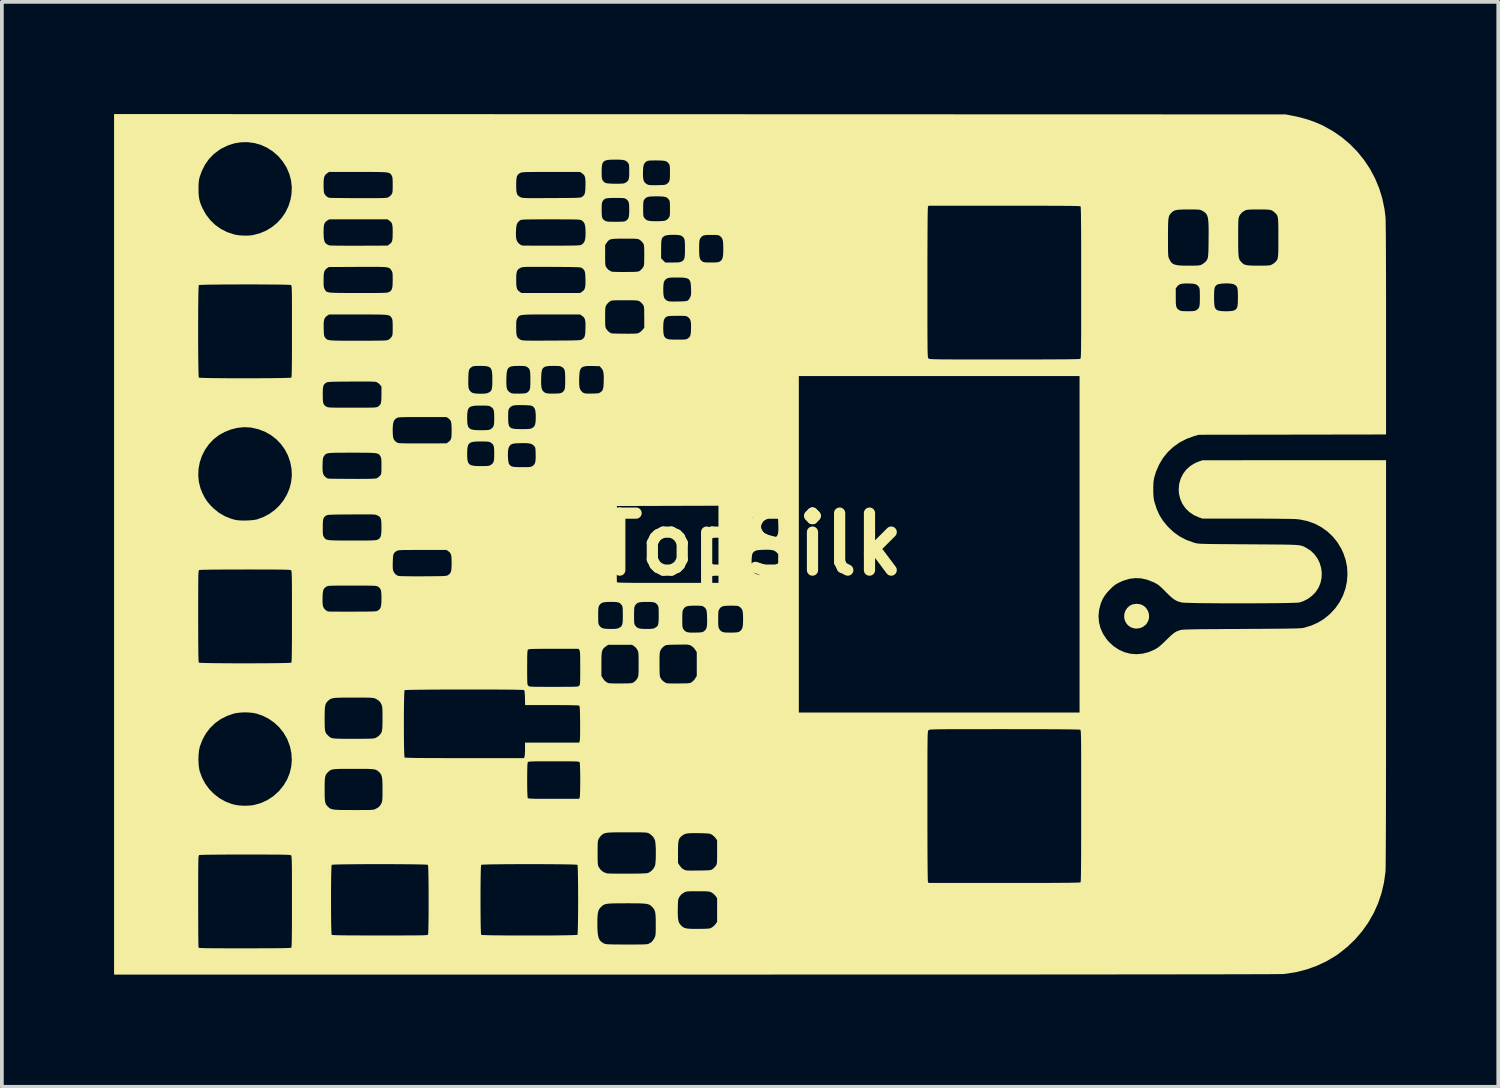
<source format=kicad_pcb>
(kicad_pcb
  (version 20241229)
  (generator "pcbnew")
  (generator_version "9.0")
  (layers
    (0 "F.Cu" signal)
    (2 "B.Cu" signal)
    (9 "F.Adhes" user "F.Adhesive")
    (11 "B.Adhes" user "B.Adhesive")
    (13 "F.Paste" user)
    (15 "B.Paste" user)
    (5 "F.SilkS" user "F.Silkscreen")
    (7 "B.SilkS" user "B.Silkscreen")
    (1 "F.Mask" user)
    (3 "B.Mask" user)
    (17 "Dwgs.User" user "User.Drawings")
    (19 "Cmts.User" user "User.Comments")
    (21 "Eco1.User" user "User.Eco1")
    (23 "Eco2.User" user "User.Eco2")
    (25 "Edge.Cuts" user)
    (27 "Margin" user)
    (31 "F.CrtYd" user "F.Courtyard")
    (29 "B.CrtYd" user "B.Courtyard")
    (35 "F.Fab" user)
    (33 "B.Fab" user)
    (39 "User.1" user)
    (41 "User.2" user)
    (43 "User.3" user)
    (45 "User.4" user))
  (footprint "TopSilk"
    (layer "F.Cu")
    (at 17.005 11.504)
    (property "Reference" "TopSilk" (at 0 0 0) (layer "F.SilkS") (effects (font (size 1.524 1.524) (thickness 0.3))))
    (attr board_only exclude_from_pos_files exclude_from_bom)
    (fp_poly (pts (xy 10.432 1.602) (xy 10.512 1.636) (xy 10.582 1.694) (xy 10.59 1.704) (xy 10.64 1.783) (xy 10.666 1.87) (xy 10.669 1.96) (xy 10.647 2.047) (xy 10.601 2.125) (xy 10.583 2.146) (xy 10.505 2.208) (xy 10.416 2.244) (xy 10.318 2.253) (xy 10.279 2.249) (xy 10.19 2.223) (xy 10.117 2.176) (xy 10.06 2.112) (xy 10.021 2.037) (xy 10.003 1.954) (xy 10.006 1.868) (xy 10.032 1.783) (xy 10.082 1.704) (xy 10.083 1.703) (xy 10.152 1.641) (xy 10.231 1.604) (xy 10.325 1.591) (xy 10.336 1.591)) (stroke (width 0) (type solid)) (fill yes) (layer "F.SilkS"))
    (fp_poly (pts (xy -1.343 -11.5) (xy 14.319 -11.495) (xy 14.476 -11.465) (xy 14.707 -11.415) (xy 14.917 -11.356) (xy 15.113 -11.286) (xy 15.302 -11.204) (xy 15.332 -11.188) (xy 15.587 -11.046) (xy 15.824 -10.882) (xy 16.042 -10.698) (xy 16.241 -10.495) (xy 16.419 -10.274) (xy 16.576 -10.038) (xy 16.709 -9.788) (xy 16.819 -9.525) (xy 16.904 -9.251) (xy 16.963 -8.967) (xy 16.989 -8.758) (xy 16.992 -8.72) (xy 16.994 -8.656) (xy 16.995 -8.567) (xy 16.997 -8.451) (xy 16.999 -8.309) (xy 17 -8.14) (xy 17.001 -7.945) (xy 17.002 -7.722) (xy 17.003 -7.472) (xy 17.004 -7.195) (xy 17.004 -6.89) (xy 17.005 -6.557) (xy 17.005 -6.196) (xy 17.005 -5.806) (xy 17.005 -5.76) (xy 17.005 -2.937) (xy 14.501 -2.933) (xy 11.998 -2.929) (xy 11.863 -2.89) (xy 11.664 -2.817) (xy 11.481 -2.721) (xy 11.315 -2.604) (xy 11.169 -2.466) (xy 11.042 -2.309) (xy 10.938 -2.135) (xy 10.855 -1.944) (xy 10.814 -1.81) (xy 10.8 -1.752) (xy 10.791 -1.696) (xy 10.785 -1.636) (xy 10.782 -1.563) (xy 10.781 -1.469) (xy 10.781 -1.468) (xy 10.782 -1.375) (xy 10.785 -1.302) (xy 10.791 -1.241) (xy 10.8 -1.186) (xy 10.814 -1.127) (xy 10.814 -1.127) (xy 10.873 -0.943) (xy 10.948 -0.777) (xy 11.045 -0.625) (xy 11.165 -0.479) (xy 11.18 -0.463) (xy 11.327 -0.325) (xy 11.487 -0.211) (xy 11.66 -0.12) (xy 11.853 -0.05) (xy 11.887 -0.04) (xy 11.907 -0.034) (xy 11.926 -0.03) (xy 11.947 -0.026) (xy 11.972 -0.022) (xy 12.003 -0.019) (xy 12.041 -0.016) (xy 12.089 -0.014) (xy 12.148 -0.012) (xy 12.22 -0.01) (xy 12.307 -0.009) (xy 12.41 -0.007) (xy 12.533 -0.006) (xy 12.676 -0.005) (xy 12.841 -0.004) (xy 13.031 -0.002) (xy 13.247 -0.001) (xy 13.323 -0.000433) (xy 13.552 0.001) (xy 13.755 0.002) (xy 13.932 0.004) (xy 14.086 0.005) (xy 14.22 0.006) (xy 14.333 0.008) (xy 14.43 0.01) (xy 14.51 0.013) (xy 14.577 0.016) (xy 14.632 0.02) (xy 14.677 0.025) (xy 14.714 0.031) (xy 14.745 0.038) (xy 14.771 0.046) (xy 14.795 0.055) (xy 14.817 0.066) (xy 14.841 0.078) (xy 14.863 0.089) (xy 14.984 0.166) (xy 15.086 0.261) (xy 15.168 0.372) (xy 15.229 0.496) (xy 15.269 0.628) (xy 15.286 0.766) (xy 15.28 0.906) (xy 15.248 1.044) (xy 15.196 1.166) (xy 15.121 1.279) (xy 15.023 1.379) (xy 14.908 1.462) (xy 14.781 1.525) (xy 14.692 1.554) (xy 14.663 1.558) (xy 14.607 1.561) (xy 14.528 1.564) (xy 14.427 1.567) (xy 14.307 1.57) (xy 14.17 1.572) (xy 14.018 1.574) (xy 13.855 1.575) (xy 13.682 1.576) (xy 13.502 1.577) (xy 13.317 1.578) (xy 13.129 1.578) (xy 12.941 1.578) (xy 12.756 1.578) (xy 12.575 1.577) (xy 12.401 1.576) (xy 12.236 1.574) (xy 12.083 1.573) (xy 11.944 1.571) (xy 11.822 1.568) (xy 11.719 1.565) (xy 11.636 1.562) (xy 11.578 1.559) (xy 11.545 1.555) (xy 11.545 1.555) (xy 11.479 1.539) (xy 11.421 1.518) (xy 11.366 1.49) (xy 11.309 1.451) (xy 11.247 1.399) (xy 11.173 1.33) (xy 11.112 1.269) (xy 11.044 1.2) (xy 10.99 1.148) (xy 10.946 1.109) (xy 10.907 1.08) (xy 10.868 1.055) (xy 10.825 1.031) (xy 10.787 1.013) (xy 10.624 0.948) (xy 10.463 0.911) (xy 10.303 0.903) (xy 10.142 0.923) (xy 9.979 0.972) (xy 9.886 1.013) (xy 9.821 1.046) (xy 9.768 1.078) (xy 9.718 1.116) (xy 9.664 1.166) (xy 9.629 1.201) (xy 9.541 1.295) (xy 9.474 1.384) (xy 9.422 1.474) (xy 9.38 1.574) (xy 9.375 1.588) (xy 9.332 1.754) (xy 9.317 1.919) (xy 9.329 2.081) (xy 9.369 2.239) (xy 9.435 2.389) (xy 9.528 2.53) (xy 9.595 2.609) (xy 9.724 2.727) (xy 9.864 2.819) (xy 10.014 2.885) (xy 10.169 2.925) (xy 10.33 2.938) (xy 10.492 2.924) (xy 10.655 2.883) (xy 10.786 2.828) (xy 10.835 2.803) (xy 10.878 2.778) (xy 10.919 2.75) (xy 10.963 2.715) (xy 11.014 2.669) (xy 11.078 2.609) (xy 11.122 2.565) (xy 11.198 2.492) (xy 11.258 2.435) (xy 11.307 2.393) (xy 11.348 2.362) (xy 11.386 2.339) (xy 11.425 2.321) (xy 11.469 2.305) (xy 11.489 2.298) (xy 11.503 2.294) (xy 11.519 2.29) (xy 11.539 2.287) (xy 11.565 2.284) (xy 11.597 2.281) (xy 11.639 2.279) (xy 11.692 2.277) (xy 11.756 2.275) (xy 11.835 2.273) (xy 11.929 2.272) (xy 12.04 2.27) (xy 12.17 2.269) (xy 12.32 2.268) (xy 12.493 2.267) (xy 12.689 2.265) (xy 12.911 2.264) (xy 13.144 2.263) (xy 13.394 2.261) (xy 13.617 2.26) (xy 13.814 2.259) (xy 13.988 2.257) (xy 14.14 2.256) (xy 14.271 2.255) (xy 14.383 2.253) (xy 14.479 2.251) (xy 14.558 2.25) (xy 14.624 2.248) (xy 14.677 2.245) (xy 14.72 2.243) (xy 14.754 2.24) (xy 14.78 2.237) (xy 14.8 2.234) (xy 14.813 2.231) (xy 15.009 2.171) (xy 15.186 2.092) (xy 15.347 1.993) (xy 15.496 1.871) (xy 15.511 1.857) (xy 15.649 1.708) (xy 15.763 1.545) (xy 15.853 1.37) (xy 15.918 1.187) (xy 15.958 0.997) (xy 15.973 0.804) (xy 15.963 0.61) (xy 15.925 0.418) (xy 15.861 0.23) (xy 15.811 0.122) (xy 15.704 -0.055) (xy 15.577 -0.212) (xy 15.431 -0.348) (xy 15.269 -0.463) (xy 15.092 -0.555) (xy 14.902 -0.622) (xy 14.701 -0.664) (xy 14.613 -0.673) (xy 14.573 -0.676) (xy 14.507 -0.678) (xy 14.417 -0.68) (xy 14.306 -0.681) (xy 14.176 -0.683) (xy 14.031 -0.685) (xy 13.872 -0.686) (xy 13.702 -0.687) (xy 13.523 -0.687) (xy 13.339 -0.688) (xy 13.273 -0.688) (xy 12.098 -0.688) (xy 12.004 -0.72) (xy 11.865 -0.782) (xy 11.743 -0.865) (xy 11.64 -0.966) (xy 11.559 -1.083) (xy 11.502 -1.214) (xy 11.468 -1.356) (xy 11.461 -1.468) (xy 11.474 -1.618) (xy 11.514 -1.757) (xy 11.578 -1.885) (xy 11.664 -1.998) (xy 11.772 -2.095) (xy 11.898 -2.172) (xy 12.004 -2.216) (xy 12.098 -2.248) (xy 14.552 -2.249) (xy 17.005 -2.249) (xy 17.005 3.167) (xy 17.005 3.695) (xy 17.005 4.194) (xy 17.005 4.665) (xy 17.004 5.109) (xy 17.004 5.525) (xy 17.004 5.914) (xy 17.003 6.277) (xy 17.003 6.614) (xy 17.002 6.924) (xy 17.002 7.21) (xy 17.001 7.47) (xy 17 7.705) (xy 16.999 7.915) (xy 16.998 8.102) (xy 16.997 8.264) (xy 16.996 8.403) (xy 16.995 8.519) (xy 16.994 8.613) (xy 16.992 8.683) (xy 16.991 8.732) (xy 16.989 8.758) (xy 16.949 9.048) (xy 16.882 9.331) (xy 16.79 9.603) (xy 16.672 9.864) (xy 16.53 10.113) (xy 16.364 10.347) (xy 16.177 10.564) (xy 15.968 10.764) (xy 15.74 10.945) (xy 15.641 11.013) (xy 15.406 11.151) (xy 15.156 11.268) (xy 14.893 11.363) (xy 14.623 11.434) (xy 14.351 11.479) (xy 14.262 11.489) (xy 14.238 11.49) (xy 14.19 11.49) (xy 14.115 11.491) (xy 14.015 11.492) (xy 13.889 11.493) (xy 13.737 11.494) (xy 13.558 11.494) (xy 13.354 11.495) (xy 13.123 11.496) (xy 12.866 11.496) (xy 12.583 11.497) (xy 12.273 11.497) (xy 11.936 11.498) (xy 11.572 11.498) (xy 11.182 11.499) (xy 10.765 11.499) (xy 10.321 11.5) (xy 9.849 11.5) (xy 9.351 11.501) (xy 8.825 11.501) (xy 8.272 11.501) (xy 7.691 11.502) (xy 7.083 11.502) (xy 6.447 11.502) (xy 5.784 11.503) (xy 5.092 11.503) (xy 4.373 11.503) (xy 3.626 11.503) (xy 2.851 11.503) (xy 2.047 11.503) (xy 1.215 11.503) (xy 0.355 11.504) (xy -0.534 11.504) (xy -1.451 11.504) (xy -1.458 11.504) (xy -17.005 11.504) (xy -17.005 9.54) (xy -14.756 9.54) (xy -14.756 9.725) (xy -14.755 9.902) (xy -14.755 10.068) (xy -14.754 10.222) (xy -14.754 10.362) (xy -14.753 10.485) (xy -14.752 10.59) (xy -14.75 10.674) (xy -14.749 10.734) (xy -14.748 10.77) (xy -14.747 10.779) (xy -14.743 10.783) (xy -14.735 10.787) (xy -14.719 10.79) (xy -14.695 10.792) (xy -14.66 10.795) (xy -14.614 10.796) (xy -14.553 10.798) (xy -14.477 10.799) (xy -14.383 10.8) (xy -14.27 10.801) (xy -14.136 10.801) (xy -13.98 10.802) (xy -13.798 10.802) (xy -13.591 10.802) (xy -13.511 10.802) (xy -13.282 10.802) (xy -13.081 10.801) (xy -12.906 10.801) (xy -12.755 10.8) (xy -12.627 10.799) (xy -12.522 10.798) (xy -12.436 10.796) (xy -12.37 10.794) (xy -12.321 10.792) (xy -12.288 10.789) (xy -12.27 10.786) (xy -12.266 10.785) (xy -12.263 10.775) (xy -12.26 10.751) (xy -12.257 10.711) (xy -12.255 10.655) (xy -12.254 10.58) (xy -12.252 10.486) (xy -12.251 10.371) (xy -12.25 10.233) (xy -12.249 10.072) (xy -12.249 9.885) (xy -12.249 9.672) (xy -12.249 9.554) (xy -12.249 9.548) (xy -11.204 9.548) (xy -11.204 9.69) (xy -11.203 9.828) (xy -11.202 9.959) (xy -11.201 10.08) (xy -11.199 10.189) (xy -11.197 10.282) (xy -11.194 10.356) (xy -11.191 10.409) (xy -11.187 10.437) (xy -11.186 10.441) (xy -11.176 10.444) (xy -11.152 10.447) (xy -11.113 10.449) (xy -11.057 10.451) (xy -10.983 10.453) (xy -10.89 10.454) (xy -10.775 10.456) (xy -10.639 10.457) (xy -10.479 10.457) (xy -10.295 10.458) (xy -10.084 10.458) (xy -9.897 10.458) (xy -9.677 10.458) (xy -9.484 10.458) (xy -9.316 10.458) (xy -9.172 10.457) (xy -9.049 10.457) (xy -8.945 10.456) (xy -8.86 10.455) (xy -8.791 10.454) (xy -8.737 10.453) (xy -8.695 10.451) (xy -8.664 10.449) (xy -8.642 10.446) (xy -8.627 10.443) (xy -8.619 10.439) (xy -8.613 10.435) (xy -8.61 10.43) (xy -8.607 10.41) (xy -8.604 10.364) (xy -8.602 10.296) (xy -8.6 10.209) (xy -8.598 10.105) (xy -8.596 9.987) (xy -8.595 9.859) (xy -8.595 9.723) (xy -8.595 9.583) (xy -8.595 9.548) (xy -7.207 9.548) (xy -7.207 9.69) (xy -7.206 9.828) (xy -7.205 9.959) (xy -7.204 10.08) (xy -7.202 10.189) (xy -7.2 10.282) (xy -7.197 10.356) (xy -7.194 10.409) (xy -7.19 10.437) (xy -7.189 10.441) (xy -7.172 10.444) (xy -7.128 10.447) (xy -7.061 10.449) (xy -6.973 10.452) (xy -6.867 10.454) (xy -6.744 10.455) (xy -6.607 10.457) (xy -6.46 10.458) (xy -6.303 10.459) (xy -6.141 10.459) (xy -5.975 10.459) (xy -5.808 10.459) (xy -5.643 10.459) (xy -5.481 10.459) (xy -5.326 10.458) (xy -5.179 10.457) (xy -5.045 10.455) (xy -4.924 10.453) (xy -4.819 10.451) (xy -4.734 10.449) (xy -4.669 10.446) (xy -4.629 10.444) (xy -4.616 10.441) (xy -4.612 10.423) (xy -4.609 10.38) (xy -4.606 10.314) (xy -4.604 10.228) (xy -4.602 10.149) (xy -4.083 10.149) (xy -4.081 10.28) (xy -4.074 10.386) (xy -4.062 10.47) (xy -4.043 10.537) (xy -4.015 10.588) (xy -3.979 10.627) (xy -3.932 10.659) (xy -3.906 10.672) (xy -3.889 10.679) (xy -3.87 10.685) (xy -3.845 10.689) (xy -3.812 10.693) (xy -3.768 10.695) (xy -3.709 10.697) (xy -3.633 10.699) (xy -3.537 10.699) (xy -3.417 10.7) (xy -3.305 10.7) (xy -3.162 10.7) (xy -3.045 10.7) (xy -2.951 10.699) (xy -2.877 10.698) (xy -2.82 10.696) (xy -2.777 10.693) (xy -2.746 10.689) (xy -2.724 10.684) (xy -2.711 10.679) (xy -2.645 10.642) (xy -2.595 10.59) (xy -2.555 10.522) (xy -2.544 10.497) (xy -2.535 10.471) (xy -2.529 10.442) (xy -2.525 10.405) (xy -2.523 10.354) (xy -2.522 10.285) (xy -2.522 10.194) (xy -2.522 10.163) (xy -2.522 10.047) (xy -2.525 9.956) (xy -2.53 9.884) (xy -2.537 9.846) (xy -1.933 9.846) (xy -1.931 9.94) (xy -1.925 10.013) (xy -1.914 10.071) (xy -1.898 10.117) (xy -1.874 10.156) (xy -1.844 10.191) (xy -1.841 10.194) (xy -1.811 10.221) (xy -1.78 10.243) (xy -1.744 10.259) (xy -1.7 10.27) (xy -1.644 10.277) (xy -1.57 10.281) (xy -1.475 10.282) (xy -1.368 10.282) (xy -1.27 10.281) (xy -1.196 10.279) (xy -1.142 10.277) (xy -1.103 10.273) (xy -1.074 10.268) (xy -1.051 10.26) (xy -1.03 10.249) (xy -1.021 10.244) (xy -0.974 10.209) (xy -0.931 10.165) (xy -0.921 10.151) (xy -0.881 10.093) (xy -0.881 9.462) (xy -0.922 9.402) (xy -0.975 9.345) (xy -1.029 9.309) (xy -1.053 9.298) (xy -1.077 9.29) (xy -1.105 9.284) (xy -1.141 9.28) (xy -1.191 9.278) (xy -1.259 9.276) (xy -1.349 9.276) (xy -1.397 9.276) (xy -1.498 9.276) (xy -1.574 9.277) (xy -1.631 9.278) (xy -1.672 9.281) (xy -1.703 9.286) (xy -1.728 9.293) (xy -1.751 9.303) (xy -1.769 9.313) (xy -1.834 9.357) (xy -1.884 9.419) (xy -1.9 9.445) (xy -1.911 9.469) (xy -1.919 9.495) (xy -1.924 9.528) (xy -1.928 9.575) (xy -1.93 9.639) (xy -1.932 9.727) (xy -1.932 9.728) (xy -1.933 9.846) (xy -2.537 9.846) (xy -2.54 9.829) (xy -2.553 9.785) (xy -2.573 9.749) (xy -2.599 9.716) (xy -2.617 9.696) (xy -2.642 9.672) (xy -2.666 9.652) (xy -2.693 9.636) (xy -2.725 9.624) (xy -2.767 9.614) (xy -2.819 9.608) (xy -2.887 9.603) (xy -2.972 9.6) (xy -3.078 9.599) (xy -3.208 9.598) (xy -3.304 9.598) (xy -3.449 9.599) (xy -3.567 9.599) (xy -3.664 9.601) (xy -3.74 9.604) (xy -3.801 9.609) (xy -3.848 9.617) (xy -3.885 9.627) (xy -3.915 9.64) (xy -3.941 9.657) (xy -3.966 9.678) (xy -3.984 9.695) (xy -4.016 9.729) (xy -4.04 9.766) (xy -4.058 9.811) (xy -4.07 9.868) (xy -4.078 9.94) (xy -4.082 10.033) (xy -4.083 10.149) (xy -4.602 10.149) (xy -4.602 10.125) (xy -4.6 10.008) (xy -4.599 9.881) (xy -4.598 9.745) (xy -4.597 9.605) (xy -4.597 9.462) (xy -4.598 9.321) (xy -4.598 9.183) (xy -4.599 9.052) (xy -4.601 8.93) (xy -4.603 8.822) (xy -4.605 8.729) (xy -4.608 8.655) (xy -4.611 8.602) (xy -4.614 8.574) (xy -4.616 8.57) (xy -4.633 8.567) (xy -4.676 8.564) (xy -4.743 8.561) (xy -4.831 8.559) (xy -4.938 8.557) (xy -5.061 8.555) (xy -5.197 8.554) (xy -5.345 8.553) (xy -5.501 8.552) (xy -5.664 8.551) (xy -5.829 8.551) (xy -5.996 8.551) (xy -6.162 8.551) (xy -6.324 8.552) (xy -6.479 8.553) (xy -6.625 8.554) (xy -6.76 8.556) (xy -6.881 8.557) (xy -6.986 8.559) (xy -7.071 8.562) (xy -7.135 8.564) (xy -7.175 8.567) (xy -7.189 8.57) (xy -7.192 8.587) (xy -7.196 8.631) (xy -7.199 8.697) (xy -7.201 8.783) (xy -7.203 8.886) (xy -7.205 9.002) (xy -7.206 9.13) (xy -7.207 9.265) (xy -7.207 9.406) (xy -7.207 9.548) (xy -8.595 9.548) (xy -8.595 9.441) (xy -8.595 9.3) (xy -8.596 9.163) (xy -8.597 9.033) (xy -8.599 8.914) (xy -8.601 8.808) (xy -8.603 8.717) (xy -8.606 8.646) (xy -8.609 8.596) (xy -8.612 8.572) (xy -8.613 8.57) (xy -8.63 8.567) (xy -8.673 8.564) (xy -8.74 8.561) (xy -8.828 8.559) (xy -8.935 8.557) (xy -9.058 8.555) (xy -9.194 8.554) (xy -9.342 8.553) (xy -9.498 8.552) (xy -9.66 8.551) (xy -9.826 8.551) (xy -9.993 8.551) (xy -10.159 8.551) (xy -10.321 8.552) (xy -10.476 8.553) (xy -10.622 8.554) (xy -10.757 8.556) (xy -10.878 8.557) (xy -10.982 8.559) (xy -11.068 8.562) (xy -11.132 8.564) (xy -11.172 8.567) (xy -11.186 8.57) (xy -11.189 8.587) (xy -11.193 8.631) (xy -11.195 8.697) (xy -11.198 8.783) (xy -11.2 8.886) (xy -11.202 9.002) (xy -11.203 9.13) (xy -11.204 9.265) (xy -11.204 9.406) (xy -11.204 9.548) (xy -12.249 9.548) (xy -12.249 9.337) (xy -12.249 9.148) (xy -12.249 8.983) (xy -12.25 8.842) (xy -12.25 8.723) (xy -12.251 8.623) (xy -12.252 8.541) (xy -12.254 8.475) (xy -12.256 8.423) (xy -12.258 8.384) (xy -12.26 8.356) (xy -12.263 8.337) (xy -12.267 8.325) (xy -12.271 8.318) (xy -12.271 8.317) (xy -12.278 8.313) (xy -12.289 8.31) (xy -12.307 8.307) (xy -12.334 8.304) (xy -12.372 8.302) (xy -12.422 8.3) (xy -12.486 8.299) (xy -12.567 8.297) (xy -12.665 8.296) (xy -12.782 8.296) (xy -12.921 8.295) (xy -13.083 8.295) (xy -13.27 8.295) (xy -13.483 8.295) (xy -13.497 8.295) (xy -13.748 8.295) (xy -13.971 8.295) (xy -14.165 8.296) (xy -14.33 8.298) (xy -14.467 8.299) (xy -14.575 8.301) (xy -14.655 8.304) (xy -14.705 8.306) (xy -14.728 8.309) (xy -14.728 8.31) (xy -14.733 8.313) (xy -14.737 8.318) (xy -14.741 8.328) (xy -14.744 8.343) (xy -14.747 8.366) (xy -14.749 8.398) (xy -14.751 8.442) (xy -14.752 8.498) (xy -14.753 8.57) (xy -14.754 8.658) (xy -14.755 8.765) (xy -14.755 8.892) (xy -14.756 9.041) (xy -14.756 9.214) (xy -14.756 9.413) (xy -14.756 9.54) (xy -17.005 9.54) (xy -17.005 8.252) (xy -4.076 8.252) (xy -4.076 8.358) (xy -4.075 8.44) (xy -4.073 8.501) (xy -4.07 8.545) (xy -4.065 8.578) (xy -4.059 8.601) (xy -4.051 8.621) (xy -4.049 8.624) (xy -3.993 8.705) (xy -3.923 8.761) (xy -3.836 8.796) (xy -3.832 8.798) (xy -3.808 8.8) (xy -3.759 8.802) (xy -3.689 8.804) (xy -3.6 8.805) (xy -3.497 8.806) (xy -3.383 8.806) (xy -3.273 8.806) (xy -3.135 8.805) (xy -3.023 8.804) (xy -2.933 8.802) (xy -2.863 8.8) (xy -2.809 8.797) (xy -2.77 8.794) (xy -2.741 8.79) (xy -2.72 8.784) (xy -2.708 8.779) (xy -2.639 8.733) (xy -2.581 8.668) (xy -2.543 8.597) (xy -2.534 8.555) (xy -2.53 8.519) (xy -1.927 8.519) (xy -1.884 8.588) (xy -1.826 8.658) (xy -1.776 8.692) (xy -1.755 8.703) (xy -1.734 8.711) (xy -1.711 8.717) (xy -1.68 8.721) (xy -1.637 8.723) (xy -1.579 8.724) (xy -1.502 8.723) (xy -1.4 8.722) (xy -1.382 8.722) (xy -1.277 8.72) (xy -1.196 8.719) (xy -1.136 8.717) (xy -1.092 8.713) (xy -1.061 8.709) (xy -1.038 8.703) (xy -1.02 8.695) (xy -1.003 8.684) (xy -1.002 8.683) (xy -0.959 8.646) (xy -0.92 8.603) (xy -0.916 8.597) (xy -0.904 8.579) (xy -0.896 8.562) (xy -0.89 8.54) (xy -0.886 8.511) (xy -0.883 8.469) (xy -0.882 8.41) (xy -0.881 8.331) (xy -0.881 8.229) (xy -0.881 7.913) (xy -0.921 7.856) (xy -0.959 7.812) (xy -1.007 7.772) (xy -1.021 7.764) (xy -1.044 7.751) (xy -1.068 7.742) (xy -1.097 7.735) (xy -1.136 7.731) (xy -1.189 7.728) (xy -1.263 7.725) (xy -1.338 7.724) (xy -1.457 7.722) (xy -1.551 7.722) (xy -1.625 7.725) (xy -1.682 7.731) (xy -1.726 7.741) (xy -1.762 7.755) (xy -1.793 7.773) (xy -1.808 7.784) (xy -1.845 7.814) (xy -1.874 7.844) (xy -1.895 7.878) (xy -1.909 7.919) (xy -1.919 7.973) (xy -1.924 8.043) (xy -1.926 8.135) (xy -1.927 8.231) (xy -1.927 8.519) (xy -2.53 8.519) (xy -2.527 8.49) (xy -2.522 8.409) (xy -2.52 8.318) (xy -2.52 8.223) (xy -2.521 8.13) (xy -2.526 8.044) (xy -2.532 7.972) (xy -2.54 7.921) (xy -2.545 7.905) (xy -2.592 7.821) (xy -2.661 7.756) (xy -2.7 7.731) (xy -2.716 7.723) (xy -2.733 7.717) (xy -2.753 7.712) (xy -2.78 7.708) (xy -2.817 7.705) (xy -2.866 7.703) (xy -2.932 7.701) (xy -3.016 7.701) (xy -3.122 7.7) (xy -3.253 7.7) (xy -3.288 7.7) (xy -3.434 7.7) (xy -3.555 7.701) (xy -3.653 7.702) (xy -3.731 7.705) (xy -3.793 7.709) (xy -3.841 7.715) (xy -3.878 7.723) (xy -3.907 7.733) (xy -3.932 7.746) (xy -3.954 7.762) (xy -3.969 7.775) (xy -4.004 7.811) (xy -4.037 7.858) (xy -4.044 7.87) (xy -4.054 7.891) (xy -4.062 7.912) (xy -4.068 7.938) (xy -4.072 7.973) (xy -4.074 8.021) (xy -4.075 8.087) (xy -4.076 8.174) (xy -4.076 8.252) (xy -17.005 8.252) (xy -17.005 5.753) (xy -14.75 5.753) (xy -14.745 5.875) (xy -14.732 5.987) (xy -14.716 6.065) (xy -14.653 6.239) (xy -14.567 6.401) (xy -14.458 6.548) (xy -14.33 6.678) (xy -14.185 6.789) (xy -14.026 6.878) (xy -13.854 6.944) (xy -13.76 6.967) (xy -13.662 6.982) (xy -13.548 6.989) (xy -13.43 6.988) (xy -13.319 6.979) (xy -13.255 6.968) (xy -13.078 6.918) (xy -12.91 6.841) (xy -12.753 6.739) (xy -12.612 6.614) (xy -12.591 6.592) (xy -12.56 6.554) (xy -11.375 6.554) (xy -11.374 6.67) (xy -11.373 6.76) (xy -11.369 6.83) (xy -11.362 6.884) (xy -11.351 6.925) (xy -11.336 6.957) (xy -11.316 6.985) (xy -11.289 7.013) (xy -11.282 7.02) (xy -11.259 7.041) (xy -11.236 7.058) (xy -11.21 7.071) (xy -11.179 7.082) (xy -11.139 7.09) (xy -11.087 7.096) (xy -11.02 7.1) (xy -10.936 7.103) (xy -10.832 7.104) (xy -10.704 7.104) (xy -10.601 7.105) (xy -10.464 7.105) (xy -10.353 7.104) (xy -10.264 7.104) (xy -10.195 7.103) (xy -10.142 7.101) (xy -10.102 7.098) (xy -10.072 7.094) (xy -10.049 7.089) (xy -10.03 7.083) (xy -10.014 7.076) (xy -9.944 7.037) (xy -9.895 6.99) (xy 4.742 6.99) (xy 4.742 7.287) (xy 4.742 7.563) (xy 4.743 7.817) (xy 4.743 8.048) (xy 4.744 8.257) (xy 4.745 8.442) (xy 4.747 8.602) (xy 4.748 8.737) (xy 4.75 8.847) (xy 4.751 8.93) (xy 4.753 8.986) (xy 4.755 9.014) (xy 4.756 9.017) (xy 4.77 9.054) (xy 6.794 9.054) (xy 7.09 9.054) (xy 7.359 9.054) (xy 7.6 9.054) (xy 7.817 9.053) (xy 8.009 9.053) (xy 8.178 9.052) (xy 8.325 9.051) (xy 8.451 9.05) (xy 8.557 9.049) (xy 8.644 9.047) (xy 8.713 9.046) (xy 8.766 9.044) (xy 8.804 9.042) (xy 8.826 9.039) (xy 8.836 9.037) (xy 8.836 9.037) (xy 8.839 9.028) (xy 8.841 9.006) (xy 8.843 8.969) (xy 8.845 8.917) (xy 8.847 8.849) (xy 8.848 8.763) (xy 8.849 8.658) (xy 8.85 8.533) (xy 8.851 8.387) (xy 8.852 8.22) (xy 8.852 8.029) (xy 8.853 7.814) (xy 8.853 7.573) (xy 8.853 7.307) (xy 8.853 7.012) (xy 8.853 6.996) (xy 8.853 6.715) (xy 8.853 6.461) (xy 8.853 6.234) (xy 8.853 6.03) (xy 8.853 5.85) (xy 8.853 5.691) (xy 8.852 5.553) (xy 8.852 5.433) (xy 8.851 5.331) (xy 8.85 5.245) (xy 8.849 5.174) (xy 8.847 5.115) (xy 8.846 5.069) (xy 8.844 5.033) (xy 8.842 5.006) (xy 8.839 4.987) (xy 8.837 4.974) (xy 8.834 4.965) (xy 8.83 4.961) (xy 8.827 4.958) (xy 8.826 4.957) (xy 8.808 4.955) (xy 8.763 4.953) (xy 8.692 4.951) (xy 8.594 4.949) (xy 8.469 4.947) (xy 8.316 4.946) (xy 8.136 4.945) (xy 7.928 4.944) (xy 7.692 4.943) (xy 7.428 4.943) (xy 7.136 4.943) (xy 6.815 4.942) (xy 6.799 4.942) (xy 6.52 4.942) (xy 6.268 4.943) (xy 6.042 4.943) (xy 5.84 4.943) (xy 5.661 4.943) (xy 5.504 4.943) (xy 5.367 4.944) (xy 5.249 4.944) (xy 5.148 4.945) (xy 5.063 4.946) (xy 4.992 4.947) (xy 4.934 4.949) (xy 4.888 4.95) (xy 4.852 4.952) (xy 4.825 4.954) (xy 4.806 4.957) (xy 4.792 4.959) (xy 4.782 4.963) (xy 4.776 4.966) (xy 4.772 4.97) (xy 4.771 4.971) (xy 4.767 4.976) (xy 4.763 4.981) (xy 4.76 4.99) (xy 4.757 5.002) (xy 4.754 5.02) (xy 4.752 5.045) (xy 4.75 5.079) (xy 4.748 5.122) (xy 4.747 5.177) (xy 4.746 5.244) (xy 4.745 5.325) (xy 4.744 5.422) (xy 4.743 5.536) (xy 4.743 5.668) (xy 4.742 5.82) (xy 4.742 5.994) (xy 4.742 6.189) (xy 4.742 6.409) (xy 4.742 6.655) (xy 4.742 6.927) (xy 4.742 6.99) (xy -9.895 6.99) (xy -9.894 6.989) (xy -9.857 6.925) (xy -9.856 6.922) (xy -9.846 6.898) (xy -9.839 6.871) (xy -9.834 6.838) (xy -9.831 6.793) (xy -9.829 6.733) (xy -9.828 6.652) (xy -9.828 6.554) (xy -9.828 6.437) (xy -9.831 6.344) (xy -9.834 6.303) (xy -5.96 6.303) (xy -5.959 6.439) (xy -5.958 6.555) (xy -5.955 6.648) (xy -5.952 6.718) (xy -5.948 6.762) (xy -5.945 6.777) (xy -5.94 6.784) (xy -5.933 6.789) (xy -5.921 6.793) (xy -5.901 6.797) (xy -5.87 6.799) (xy -5.827 6.801) (xy -5.769 6.803) (xy -5.693 6.804) (xy -5.598 6.804) (xy -5.48 6.805) (xy -5.337 6.805) (xy -5.25 6.805) (xy -4.569 6.805) (xy -4.555 6.768) (xy -4.551 6.743) (xy -4.548 6.694) (xy -4.545 6.626) (xy -4.543 6.543) (xy -4.542 6.449) (xy -4.541 6.348) (xy -4.541 6.246) (xy -4.542 6.146) (xy -4.544 6.052) (xy -4.546 5.969) (xy -4.548 5.902) (xy -4.552 5.854) (xy -4.556 5.83) (xy -4.556 5.83) (xy -4.561 5.823) (xy -4.568 5.818) (xy -4.58 5.814) (xy -4.6 5.81) (xy -4.631 5.807) (xy -4.674 5.805) (xy -4.732 5.804) (xy -4.808 5.803) (xy -4.903 5.802) (xy -5.022 5.802) (xy -5.165 5.802) (xy -5.25 5.802) (xy -5.408 5.802) (xy -5.539 5.802) (xy -5.646 5.803) (xy -5.732 5.803) (xy -5.799 5.805) (xy -5.849 5.806) (xy -5.886 5.809) (xy -5.911 5.812) (xy -5.928 5.816) (xy -5.937 5.82) (xy -5.943 5.826) (xy -5.945 5.83) (xy -5.949 5.853) (xy -5.953 5.903) (xy -5.956 5.978) (xy -5.958 6.077) (xy -5.959 6.197) (xy -5.96 6.303) (xy -9.834 6.303) (xy -9.836 6.272) (xy -9.845 6.217) (xy -9.858 6.174) (xy -9.876 6.139) (xy -9.9 6.108) (xy -9.923 6.086) (xy -9.945 6.065) (xy -9.967 6.048) (xy -9.991 6.035) (xy -10.02 6.024) (xy -10.058 6.016) (xy -10.107 6.011) (xy -10.169 6.007) (xy -10.249 6.004) (xy -10.349 6.003) (xy -10.473 6.003) (xy -10.601 6.003) (xy -10.747 6.003) (xy -10.867 6.003) (xy -10.965 6.005) (xy -11.042 6.007) (xy -11.103 6.011) (xy -11.15 6.017) (xy -11.186 6.026) (xy -11.215 6.036) (xy -11.238 6.05) (xy -11.26 6.068) (xy -11.279 6.086) (xy -11.308 6.115) (xy -11.331 6.143) (xy -11.348 6.174) (xy -11.359 6.212) (xy -11.367 6.262) (xy -11.372 6.326) (xy -11.374 6.41) (xy -11.375 6.518) (xy -11.375 6.554) (xy -12.56 6.554) (xy -12.472 6.445) (xy -12.378 6.287) (xy -12.31 6.119) (xy -12.268 5.944) (xy -12.253 5.765) (xy -12.264 5.584) (xy -12.302 5.403) (xy -12.368 5.224) (xy -12.383 5.193) (xy -12.475 5.035) (xy -12.589 4.892) (xy -12.724 4.767) (xy -12.875 4.662) (xy -12.893 4.653) (xy -11.375 4.653) (xy -11.374 4.768) (xy -11.373 4.858) (xy -11.369 4.927) (xy -11.362 4.98) (xy -11.351 5.021) (xy -11.335 5.054) (xy -11.314 5.082) (xy -11.286 5.11) (xy -11.279 5.116) (xy -11.257 5.137) (xy -11.237 5.154) (xy -11.215 5.167) (xy -11.189 5.178) (xy -11.157 5.186) (xy -11.114 5.191) (xy -11.058 5.195) (xy -10.987 5.198) (xy -10.896 5.199) (xy -10.783 5.199) (xy -10.646 5.199) (xy -10.608 5.199) (xy -10.468 5.199) (xy -10.353 5.199) (xy -10.261 5.198) (xy -10.188 5.197) (xy -10.133 5.195) (xy -10.091 5.192) (xy -10.06 5.189) (xy -10.037 5.184) (xy -10.019 5.178) (xy -10.007 5.173) (xy -9.96 5.146) (xy -9.917 5.112) (xy -9.911 5.105) (xy -9.885 5.076) (xy -9.865 5.046) (xy -9.85 5.012) (xy -9.84 4.969) (xy -9.833 4.914) (xy -9.831 4.869) (xy -9.256 4.869) (xy -9.256 5.007) (xy -9.255 5.141) (xy -9.254 5.267) (xy -9.252 5.383) (xy -9.25 5.486) (xy -9.247 5.571) (xy -9.244 5.637) (xy -9.241 5.681) (xy -9.237 5.699) (xy -9.237 5.699) (xy -9.228 5.702) (xy -9.205 5.704) (xy -9.167 5.706) (xy -9.113 5.708) (xy -9.042 5.71) (xy -8.953 5.712) (xy -8.843 5.713) (xy -8.713 5.714) (xy -8.56 5.715) (xy -8.384 5.715) (xy -8.184 5.716) (xy -7.957 5.716) (xy -7.703 5.716) (xy -7.633 5.716) (xy -6.045 5.716) (xy -6.031 5.679) (xy -6.025 5.651) (xy -6.021 5.601) (xy -6.018 5.537) (xy -6.017 5.472) (xy -6.017 5.301) (xy -4.569 5.301) (xy -4.555 5.262) (xy -4.551 5.236) (xy -4.547 5.183) (xy -4.545 5.105) (xy -4.544 5.005) (xy -4.544 4.884) (xy -4.544 4.775) (xy -4.546 4.647) (xy -4.547 4.545) (xy -4.548 4.498) (xy 1.304 4.498) (xy 8.81 4.498) (xy 8.81 -4.498) (xy 1.304 -4.498) (xy 1.304 4.498) (xy -4.548 4.498) (xy -4.549 4.465) (xy -4.552 4.406) (xy -4.555 4.364) (xy -4.559 4.336) (xy -4.564 4.32) (xy -4.57 4.312) (xy -4.57 4.312) (xy -4.589 4.309) (xy -4.634 4.306) (xy -4.704 4.304) (xy -4.797 4.302) (xy -4.91 4.3) (xy -5.041 4.299) (xy -5.188 4.298) (xy -5.303 4.298) (xy -6.015 4.298) (xy -6.019 4.104) (xy -6.022 4.022) (xy -6.026 3.964) (xy -6.031 3.926) (xy -6.038 3.905) (xy -6.046 3.896) (xy -6.063 3.894) (xy -6.108 3.892) (xy -6.176 3.89) (xy -6.266 3.888) (xy -6.376 3.886) (xy -6.503 3.885) (xy -6.645 3.884) (xy -6.8 3.883) (xy -6.965 3.882) (xy -7.139 3.882) (xy -7.319 3.882) (xy -7.503 3.882) (xy -7.689 3.882) (xy -7.874 3.882) (xy -8.057 3.883) (xy -8.234 3.883) (xy -8.404 3.884) (xy -8.564 3.885) (xy -8.713 3.887) (xy -8.847 3.888) (xy -8.966 3.89) (xy -9.066 3.892) (xy -9.145 3.894) (xy -9.201 3.896) (xy -9.232 3.898) (xy -9.237 3.9) (xy -9.241 3.917) (xy -9.244 3.961) (xy -9.247 4.027) (xy -9.25 4.112) (xy -9.252 4.214) (xy -9.254 4.33) (xy -9.255 4.457) (xy -9.256 4.59) (xy -9.256 4.729) (xy -9.256 4.869) (xy -9.831 4.869) (xy -9.83 4.842) (xy -9.828 4.749) (xy -9.828 4.651) (xy -9.828 4.547) (xy -9.829 4.468) (xy -9.831 4.408) (xy -9.834 4.364) (xy -9.839 4.331) (xy -9.846 4.305) (xy -9.856 4.281) (xy -9.892 4.216) (xy -9.941 4.168) (xy -10.01 4.129) (xy -10.014 4.127) (xy -10.032 4.119) (xy -10.052 4.113) (xy -10.075 4.108) (xy -10.107 4.105) (xy -10.149 4.102) (xy -10.204 4.1) (xy -10.276 4.099) (xy -10.369 4.098) (xy -10.484 4.098) (xy -10.597 4.098) (xy -10.743 4.098) (xy -10.864 4.098) (xy -10.961 4.1) (xy -11.039 4.103) (xy -11.101 4.107) (xy -11.149 4.114) (xy -11.186 4.123) (xy -11.216 4.135) (xy -11.241 4.15) (xy -11.265 4.168) (xy -11.28 4.182) (xy -11.308 4.21) (xy -11.331 4.238) (xy -11.347 4.271) (xy -11.359 4.313) (xy -11.367 4.367) (xy -11.372 4.437) (xy -11.374 4.528) (xy -11.375 4.644) (xy -11.375 4.653) (xy -12.893 4.653) (xy -13.041 4.579) (xy -13.201 4.525) (xy -13.306 4.505) (xy -13.426 4.495) (xy -13.553 4.494) (xy -13.675 4.503) (xy -13.782 4.52) (xy -13.801 4.525) (xy -13.986 4.589) (xy -14.156 4.675) (xy -14.307 4.784) (xy -14.44 4.913) (xy -14.553 5.061) (xy -14.643 5.227) (xy -14.712 5.409) (xy -14.715 5.422) (xy -14.735 5.517) (xy -14.746 5.631) (xy -14.75 5.753) (xy -17.005 5.753) (xy -17.005 3.296) (xy -5.96 3.296) (xy -5.96 3.423) (xy -5.959 3.524) (xy -5.958 3.603) (xy -5.957 3.662) (xy -5.955 3.705) (xy -5.952 3.736) (xy -5.947 3.756) (xy -5.941 3.769) (xy -5.934 3.779) (xy -5.931 3.782) (xy -5.923 3.789) (xy -5.914 3.794) (xy -5.899 3.799) (xy -5.877 3.803) (xy -5.845 3.805) (xy -5.801 3.807) (xy -5.742 3.809) (xy -5.665 3.81) (xy -5.568 3.81) (xy -5.449 3.811) (xy -5.304 3.811) (xy -5.25 3.811) (xy -5.097 3.811) (xy -4.969 3.81) (xy -4.865 3.81) (xy -4.782 3.809) (xy -4.717 3.808) (xy -4.669 3.806) (xy -4.633 3.804) (xy -4.608 3.8) (xy -4.592 3.796) (xy -4.58 3.791) (xy -4.572 3.784) (xy -4.57 3.782) (xy -4.562 3.773) (xy -4.556 3.761) (xy -4.551 3.743) (xy -4.547 3.717) (xy -4.545 3.678) (xy -4.543 3.624) (xy -4.542 3.552) (xy -4.542 3.517) (xy -3.975 3.517) (xy -3.937 3.583) (xy -3.883 3.653) (xy -3.818 3.698) (xy -3.783 3.712) (xy -3.758 3.715) (xy -3.709 3.718) (xy -3.641 3.72) (xy -3.56 3.721) (xy -3.47 3.721) (xy -3.451 3.72) (xy -3.352 3.719) (xy -3.278 3.718) (xy -3.223 3.716) (xy -3.184 3.713) (xy -3.156 3.708) (xy -3.134 3.7) (xy -3.115 3.69) (xy -3.099 3.679) (xy -3.046 3.631) (xy -3.01 3.578) (xy -3 3.555) (xy -2.993 3.532) (xy -2.987 3.503) (xy -2.984 3.464) (xy -2.981 3.412) (xy -2.98 3.341) (xy -2.98 3.247) (xy -2.98 3.202) (xy -2.421 3.202) (xy -2.421 3.306) (xy -2.42 3.386) (xy -2.418 3.446) (xy -2.415 3.489) (xy -2.411 3.522) (xy -2.404 3.547) (xy -2.395 3.569) (xy -2.392 3.575) (xy -2.355 3.628) (xy -2.302 3.676) (xy -2.244 3.709) (xy -2.227 3.715) (xy -2.204 3.717) (xy -2.158 3.719) (xy -2.093 3.72) (xy -2.013 3.72) (xy -1.924 3.72) (xy -1.905 3.72) (xy -1.806 3.719) (xy -1.731 3.718) (xy -1.676 3.716) (xy -1.636 3.712) (xy -1.608 3.707) (xy -1.586 3.7) (xy -1.567 3.69) (xy -1.558 3.684) (xy -1.518 3.651) (xy -1.479 3.606) (xy -1.465 3.584) (xy -1.425 3.517) (xy -1.425 2.884) (xy -1.468 2.815) (xy -1.526 2.746) (xy -1.576 2.711) (xy -1.598 2.7) (xy -1.62 2.692) (xy -1.644 2.686) (xy -1.677 2.682) (xy -1.721 2.68) (xy -1.783 2.68) (xy -1.865 2.681) (xy -1.942 2.682) (xy -2.043 2.683) (xy -2.119 2.685) (xy -2.175 2.687) (xy -2.215 2.691) (xy -2.244 2.696) (xy -2.265 2.703) (xy -2.284 2.713) (xy -2.302 2.725) (xy -2.355 2.773) (xy -2.391 2.826) (xy -2.401 2.848) (xy -2.408 2.872) (xy -2.414 2.901) (xy -2.417 2.94) (xy -2.42 2.992) (xy -2.421 3.063) (xy -2.421 3.156) (xy -2.421 3.202) (xy -2.98 3.202) (xy -2.98 3.098) (xy -2.981 3.019) (xy -2.982 2.959) (xy -2.986 2.915) (xy -2.99 2.883) (xy -2.997 2.858) (xy -3.006 2.835) (xy -3.01 2.826) (xy -3.051 2.767) (xy -3.099 2.725) (xy -3.157 2.686) (xy -3.794 2.686) (xy -3.855 2.729) (xy -3.891 2.756) (xy -3.919 2.784) (xy -3.94 2.815) (xy -3.955 2.853) (xy -3.966 2.903) (xy -3.972 2.969) (xy -3.974 3.055) (xy -3.975 3.164) (xy -3.975 3.202) (xy -3.975 3.517) (xy -4.542 3.517) (xy -4.541 3.458) (xy -4.541 3.339) (xy -4.541 3.305) (xy -4.542 3.177) (xy -4.542 3.075) (xy -4.543 2.995) (xy -4.545 2.934) (xy -4.548 2.89) (xy -4.552 2.86) (xy -4.557 2.839) (xy -4.563 2.826) (xy -4.564 2.825) (xy -4.586 2.794) (xy -5.25 2.794) (xy -5.407 2.794) (xy -5.538 2.794) (xy -5.645 2.795) (xy -5.731 2.796) (xy -5.798 2.797) (xy -5.849 2.799) (xy -5.885 2.802) (xy -5.91 2.805) (xy -5.926 2.81) (xy -5.935 2.815) (xy -5.937 2.816) (xy -5.943 2.825) (xy -5.948 2.842) (xy -5.952 2.868) (xy -5.955 2.906) (xy -5.957 2.961) (xy -5.959 3.034) (xy -5.959 3.128) (xy -5.96 3.248) (xy -5.96 3.296) (xy -17.005 3.296) (xy -17.005 1.924) (xy -14.756 1.924) (xy -14.756 2.152) (xy -14.755 2.353) (xy -14.755 2.528) (xy -14.754 2.678) (xy -14.753 2.805) (xy -14.752 2.91) (xy -14.75 2.995) (xy -14.748 3.061) (xy -14.746 3.11) (xy -14.743 3.142) (xy -14.74 3.159) (xy -14.739 3.163) (xy -14.721 3.166) (xy -14.678 3.169) (xy -14.611 3.172) (xy -14.523 3.174) (xy -14.417 3.176) (xy -14.295 3.178) (xy -14.159 3.179) (xy -14.013 3.18) (xy -13.859 3.181) (xy -13.699 3.182) (xy -13.536 3.182) (xy -13.372 3.182) (xy -13.211 3.181) (xy -13.054 3.181) (xy -12.904 3.18) (xy -12.764 3.178) (xy -12.636 3.177) (xy -12.523 3.175) (xy -12.427 3.173) (xy -12.351 3.17) (xy -12.298 3.168) (xy -12.27 3.165) (xy -12.266 3.163) (xy -12.263 3.153) (xy -12.26 3.129) (xy -12.257 3.09) (xy -12.255 3.033) (xy -12.254 2.959) (xy -12.252 2.864) (xy -12.251 2.749) (xy -12.25 2.612) (xy -12.249 2.45) (xy -12.249 2.263) (xy -12.249 2.05) (xy -12.249 1.932) (xy -12.249 1.905) (xy -4.061 1.905) (xy -4.061 1.99) (xy -4.06 2.052) (xy -4.057 2.095) (xy -4.052 2.125) (xy -4.045 2.147) (xy -4.033 2.166) (xy -4.027 2.176) (xy -3.999 2.209) (xy -3.966 2.233) (xy -3.923 2.249) (xy -3.865 2.258) (xy -3.788 2.262) (xy -3.732 2.263) (xy -3.651 2.262) (xy -3.593 2.259) (xy -3.552 2.253) (xy -3.52 2.243) (xy -3.511 2.238) (xy -3.473 2.217) (xy -3.446 2.195) (xy -3.426 2.166) (xy -3.414 2.126) (xy -3.406 2.072) (xy -3.403 1.997) (xy -3.402 1.905) (xy -3.102 1.905) (xy -3.101 1.99) (xy -3.1 2.052) (xy -3.098 2.095) (xy -3.093 2.125) (xy -3.085 2.147) (xy -3.074 2.166) (xy -3.067 2.176) (xy -3.039 2.209) (xy -3.006 2.233) (xy -2.963 2.249) (xy -2.906 2.258) (xy -2.828 2.262) (xy -2.772 2.263) (xy -2.691 2.262) (xy -2.633 2.259) (xy -2.592 2.253) (xy -2.561 2.243) (xy -2.551 2.238) (xy -2.514 2.217) (xy -2.486 2.195) (xy -2.466 2.166) (xy -2.454 2.126) (xy -2.447 2.072) (xy -2.444 2.006) (xy -1.812 2.006) (xy -1.812 2.091) (xy -1.811 2.153) (xy -1.808 2.196) (xy -1.803 2.226) (xy -1.795 2.248) (xy -1.784 2.267) (xy -1.78 2.272) (xy -1.752 2.307) (xy -1.72 2.332) (xy -1.679 2.348) (xy -1.625 2.358) (xy -1.552 2.361) (xy -1.466 2.36) (xy -1.386 2.358) (xy -1.33 2.355) (xy -1.291 2.35) (xy -1.264 2.343) (xy -1.243 2.332) (xy -1.237 2.327) (xy -1.203 2.299) (xy -1.179 2.269) (xy -1.163 2.23) (xy -1.153 2.18) (xy -1.149 2.112) (xy -1.148 2.022) (xy -1.149 1.998) (xy -0.852 1.998) (xy -0.852 2.084) (xy -0.85 2.146) (xy -0.847 2.19) (xy -0.841 2.221) (xy -0.833 2.245) (xy -0.824 2.262) (xy -0.797 2.301) (xy -0.765 2.329) (xy -0.723 2.347) (xy -0.668 2.357) (xy -0.593 2.361) (xy -0.506 2.361) (xy -0.427 2.359) (xy -0.37 2.355) (xy -0.331 2.35) (xy -0.304 2.342) (xy -0.283 2.331) (xy -0.277 2.327) (xy -0.243 2.298) (xy -0.219 2.265) (xy -0.203 2.224) (xy -0.193 2.168) (xy -0.188 2.093) (xy -0.186 2.001) (xy -0.188 1.903) (xy -0.193 1.829) (xy -0.203 1.774) (xy -0.219 1.733) (xy -0.244 1.701) (xy -0.277 1.673) (xy -0.278 1.672) (xy -0.298 1.659) (xy -0.32 1.65) (xy -0.35 1.645) (xy -0.393 1.642) (xy -0.455 1.641) (xy -0.516 1.64) (xy -0.61 1.642) (xy -0.68 1.647) (xy -0.731 1.657) (xy -0.769 1.675) (xy -0.799 1.701) (xy -0.825 1.738) (xy -0.825 1.739) (xy -0.836 1.76) (xy -0.844 1.786) (xy -0.848 1.822) (xy -0.851 1.873) (xy -0.852 1.944) (xy -0.852 1.998) (xy -1.149 1.998) (xy -1.149 1.984) (xy -1.152 1.891) (xy -1.156 1.821) (xy -1.165 1.77) (xy -1.178 1.732) (xy -1.198 1.704) (xy -1.225 1.68) (xy -1.244 1.666) (xy -1.264 1.656) (xy -1.29 1.648) (xy -1.328 1.643) (xy -1.383 1.641) (xy -1.46 1.64) (xy -1.476 1.64) (xy -1.569 1.642) (xy -1.64 1.647) (xy -1.691 1.657) (xy -1.729 1.675) (xy -1.759 1.701) (xy -1.784 1.738) (xy -1.785 1.739) (xy -1.796 1.76) (xy -1.803 1.785) (xy -1.808 1.82) (xy -1.811 1.87) (xy -1.812 1.94) (xy -1.812 2.006) (xy -2.444 2.006) (xy -2.443 1.997) (xy -2.443 1.901) (xy -2.443 1.812) (xy -2.444 1.746) (xy -2.447 1.7) (xy -2.452 1.668) (xy -2.46 1.646) (xy -2.469 1.631) (xy -2.494 1.596) (xy -2.522 1.572) (xy -2.556 1.556) (xy -2.602 1.546) (xy -2.665 1.541) (xy -2.751 1.54) (xy -2.765 1.54) (xy -2.859 1.541) (xy -2.929 1.547) (xy -2.981 1.557) (xy -3.019 1.575) (xy -3.048 1.601) (xy -3.074 1.637) (xy -3.075 1.639) (xy -3.085 1.66) (xy -3.093 1.685) (xy -3.097 1.72) (xy -3.1 1.77) (xy -3.101 1.84) (xy -3.102 1.905) (xy -3.402 1.905) (xy -3.402 1.901) (xy -3.403 1.812) (xy -3.404 1.746) (xy -3.407 1.7) (xy -3.412 1.668) (xy -3.42 1.646) (xy -3.428 1.631) (xy -3.454 1.596) (xy -3.482 1.572) (xy -3.516 1.556) (xy -3.561 1.546) (xy -3.625 1.541) (xy -3.71 1.54) (xy -3.725 1.54) (xy -3.819 1.541) (xy -3.889 1.547) (xy -3.94 1.557) (xy -3.978 1.575) (xy -4.008 1.601) (xy -4.034 1.637) (xy -4.034 1.639) (xy -4.045 1.66) (xy -4.052 1.685) (xy -4.057 1.72) (xy -4.06 1.77) (xy -4.061 1.84) (xy -4.061 1.905) (xy -12.249 1.905) (xy -12.249 1.716) (xy -12.249 1.526) (xy -12.249 1.5) (xy -11.432 1.5) (xy -11.43 1.576) (xy -11.424 1.633) (xy -11.411 1.676) (xy -11.392 1.711) (xy -11.367 1.74) (xy -11.331 1.771) (xy -11.297 1.791) (xy -11.286 1.795) (xy -11.265 1.796) (xy -11.219 1.798) (xy -11.15 1.799) (xy -11.061 1.799) (xy -10.957 1.8) (xy -10.839 1.8) (xy -10.711 1.8) (xy -10.622 1.8) (xy -10.47 1.799) (xy -10.344 1.799) (xy -10.242 1.798) (xy -10.16 1.796) (xy -10.097 1.795) (xy -10.048 1.793) (xy -10.013 1.79) (xy -9.988 1.786) (xy -9.97 1.781) (xy -9.957 1.776) (xy -9.952 1.772) (xy -9.917 1.746) (xy -9.892 1.717) (xy -9.875 1.68) (xy -9.864 1.63) (xy -9.858 1.563) (xy -9.856 1.473) (xy -9.856 1.447) (xy -9.857 1.354) (xy -9.861 1.284) (xy -9.87 1.233) (xy -9.884 1.195) (xy -9.905 1.166) (xy -9.936 1.141) (xy -9.951 1.13) (xy -9.963 1.124) (xy -9.976 1.119) (xy -9.995 1.114) (xy -10.022 1.111) (xy -10.06 1.108) (xy -10.11 1.106) (xy -10.177 1.105) (xy -10.262 1.104) (xy -10.368 1.104) (xy -10.497 1.103) (xy -10.637 1.103) (xy -10.79 1.103) (xy -10.917 1.104) (xy -11.021 1.104) (xy -11.104 1.105) (xy -11.169 1.106) (xy -11.218 1.108) (xy -11.255 1.111) (xy -11.282 1.114) (xy -11.301 1.119) (xy -11.315 1.124) (xy -11.327 1.131) (xy -11.328 1.131) (xy -11.366 1.159) (xy -11.394 1.189) (xy -11.412 1.229) (xy -11.423 1.284) (xy -11.429 1.36) (xy -11.43 1.4) (xy -11.432 1.5) (xy -12.249 1.5) (xy -12.249 1.362) (xy -12.25 1.221) (xy -12.25 1.101) (xy -12.251 1.001) (xy -12.252 0.919) (xy -12.254 0.854) (xy -12.256 0.802) (xy -12.258 0.763) (xy -12.26 0.735) (xy -12.263 0.715) (xy -12.267 0.703) (xy -12.271 0.696) (xy -12.271 0.696) (xy -12.278 0.692) (xy -12.289 0.688) (xy -12.307 0.685) (xy -12.334 0.683) (xy -12.372 0.68) (xy -12.422 0.679) (xy -12.486 0.677) (xy -12.567 0.676) (xy -12.665 0.675) (xy -12.782 0.674) (xy -12.921 0.674) (xy -13.083 0.674) (xy -13.27 0.673) (xy -13.483 0.673) (xy -13.497 0.673) (xy -13.748 0.674) (xy -13.971 0.674) (xy -14.165 0.675) (xy -14.33 0.676) (xy -14.467 0.678) (xy -14.575 0.68) (xy -14.655 0.682) (xy -14.705 0.685) (xy -14.728 0.688) (xy -14.728 0.688) (xy -14.733 0.691) (xy -14.737 0.697) (xy -14.741 0.706) (xy -14.744 0.721) (xy -14.747 0.744) (xy -14.749 0.776) (xy -14.751 0.82) (xy -14.752 0.876) (xy -14.753 0.948) (xy -14.754 1.036) (xy -14.755 1.142) (xy -14.755 1.269) (xy -14.756 1.418) (xy -14.756 1.591) (xy -14.756 1.789) (xy -14.756 1.924) (xy -17.005 1.924) (xy -17.005 0.557) (xy -9.555 0.557) (xy -9.554 0.616) (xy -9.552 0.658) (xy -9.546 0.69) (xy -9.536 0.717) (xy -9.529 0.734) (xy -9.49 0.793) (xy -9.439 0.83) (xy -9.391 0.847) (xy -9.367 0.849) (xy -9.319 0.851) (xy -9.248 0.852) (xy -9.158 0.854) (xy -9.053 0.855) (xy -8.934 0.855) (xy -8.807 0.855) (xy -8.739 0.855) (xy -8.589 0.854) (xy -8.465 0.853) (xy -8.365 0.852) (xy -8.285 0.851) (xy -8.223 0.849) (xy -8.176 0.846) (xy -8.141 0.843) (xy -8.116 0.839) (xy -8.099 0.834) (xy -8.085 0.828) (xy -8.085 0.828) (xy -8.047 0.803) (xy -8.019 0.774) (xy -8 0.735) (xy -7.988 0.683) (xy -7.982 0.612) (xy -7.98 0.518) (xy -7.98 0.503) (xy -7.98 0.462) (xy -3.565 0.462) (xy -3.565 0.598) (xy -3.564 0.719) (xy -3.564 0.823) (xy -3.563 0.906) (xy -3.562 0.967) (xy -3.561 1.004) (xy -3.561 1.014) (xy -3.554 1.017) (xy -3.536 1.019) (xy -3.504 1.022) (xy -3.458 1.024) (xy -3.396 1.026) (xy -3.317 1.027) (xy -3.219 1.029) (xy -3.101 1.03) (xy -2.96 1.03) (xy -2.797 1.031) (xy -2.609 1.031) (xy -2.395 1.031) (xy -2.199 1.031) (xy -0.845 1.031) (xy -0.845 0.479) (xy 0.041 0.479) (xy 0.042 0.556) (xy 0.047 0.625) (xy 0.055 0.68) (xy 0.066 0.715) (xy 0.067 0.717) (xy 0.108 0.764) (xy 0.156 0.793) (xy 0.179 0.801) (xy 0.216 0.807) (xy 0.274 0.812) (xy 0.345 0.814) (xy 0.421 0.815) (xy 0.495 0.813) (xy 0.559 0.81) (xy 0.606 0.805) (xy 0.617 0.802) (xy 0.661 0.782) (xy 0.703 0.751) (xy 0.71 0.744) (xy 0.752 0.7) (xy 0.752 0.26) (xy 0.71 0.216) (xy 0.676 0.187) (xy 0.636 0.166) (xy 0.585 0.153) (xy 0.518 0.146) (xy 0.429 0.144) (xy 0.366 0.146) (xy 0.272 0.15) (xy 0.202 0.157) (xy 0.15 0.17) (xy 0.113 0.19) (xy 0.084 0.218) (xy 0.066 0.244) (xy 0.055 0.279) (xy 0.047 0.334) (xy 0.042 0.403) (xy 0.041 0.479) (xy -0.845 0.479) (xy -0.845 -0.48) (xy 0.041 -0.48) (xy 0.042 -0.404) (xy 0.047 -0.335) (xy 0.055 -0.28) (xy 0.066 -0.245) (xy 0.067 -0.243) (xy 0.095 -0.208) (xy 0.125 -0.183) (xy 0.163 -0.165) (xy 0.213 -0.154) (xy 0.28 -0.148) (xy 0.369 -0.147) (xy 0.423 -0.147) (xy 0.507 -0.149) (xy 0.568 -0.152) (xy 0.611 -0.157) (xy 0.64 -0.164) (xy 0.662 -0.175) (xy 0.664 -0.176) (xy 0.7 -0.203) (xy 0.725 -0.232) (xy 0.742 -0.269) (xy 0.752 -0.319) (xy 0.757 -0.386) (xy 0.757 -0.475) (xy 0.756 -0.497) (xy 0.754 -0.577) (xy 0.752 -0.634) (xy 0.749 -0.672) (xy 0.743 -0.699) (xy 0.733 -0.717) (xy 0.719 -0.734) (xy 0.71 -0.744) (xy 0.676 -0.773) (xy 0.636 -0.794) (xy 0.585 -0.807) (xy 0.517 -0.814) (xy 0.429 -0.815) (xy 0.366 -0.814) (xy 0.272 -0.81) (xy 0.202 -0.803) (xy 0.15 -0.79) (xy 0.113 -0.77) (xy 0.084 -0.742) (xy 0.066 -0.716) (xy 0.055 -0.681) (xy 0.047 -0.626) (xy 0.042 -0.557) (xy 0.041 -0.48) (xy -0.845 -0.48) (xy -0.845 -1.032) (xy -2.203 -1.028) (xy -3.56 -1.024) (xy -3.564 -0.014) (xy -3.564 0.153) (xy -3.565 0.313) (xy -3.565 0.462) (xy -7.98 0.462) (xy -7.981 0.409) (xy -7.984 0.338) (xy -7.993 0.286) (xy -8.007 0.248) (xy -8.028 0.218) (xy -8.057 0.192) (xy -8.069 0.184) (xy -8.116 0.15) (xy -8.76 0.15) (xy -8.913 0.15) (xy -9.04 0.151) (xy -9.143 0.151) (xy -9.226 0.152) (xy -9.29 0.153) (xy -9.34 0.155) (xy -9.376 0.158) (xy -9.403 0.161) (xy -9.422 0.166) (xy -9.436 0.171) (xy -9.449 0.178) (xy -9.455 0.182) (xy -9.489 0.205) (xy -9.514 0.23) (xy -9.531 0.26) (xy -9.542 0.302) (xy -9.548 0.361) (xy -9.552 0.44) (xy -9.553 0.476) (xy -9.555 0.557) (xy -17.005 0.557) (xy -17.005 -0.451) (xy -11.425 -0.451) (xy -11.425 -0.368) (xy -11.424 -0.308) (xy -11.421 -0.266) (xy -11.415 -0.236) (xy -11.407 -0.215) (xy -11.395 -0.195) (xy -11.391 -0.188) (xy -11.376 -0.168) (xy -11.362 -0.152) (xy -11.344 -0.138) (xy -11.322 -0.127) (xy -11.292 -0.119) (xy -11.252 -0.112) (xy -11.198 -0.108) (xy -11.129 -0.105) (xy -11.042 -0.103) (xy -10.934 -0.102) (xy -10.803 -0.101) (xy -10.645 -0.101) (xy -10.639 -0.101) (xy -10.486 -0.101) (xy -10.359 -0.101) (xy -10.255 -0.102) (xy -10.171 -0.103) (xy -10.106 -0.105) (xy -10.057 -0.107) (xy -10.02 -0.11) (xy -9.993 -0.114) (xy -9.974 -0.119) (xy -9.963 -0.123) (xy -9.925 -0.145) (xy -9.897 -0.171) (xy -9.878 -0.206) (xy -9.866 -0.255) (xy -9.859 -0.322) (xy -9.856 -0.411) (xy -9.856 -0.451) (xy -9.857 -0.547) (xy -9.861 -0.619) (xy -9.87 -0.672) (xy -9.885 -0.711) (xy -9.907 -0.738) (xy -9.939 -0.761) (xy -9.966 -0.774) (xy -9.981 -0.781) (xy -9.997 -0.787) (xy -10.017 -0.792) (xy -10.044 -0.795) (xy -10.08 -0.798) (xy -10.128 -0.8) (xy -10.191 -0.801) (xy -10.272 -0.801) (xy -10.373 -0.801) (xy -10.496 -0.8) (xy -10.645 -0.799) (xy -10.661 -0.799) (xy -10.813 -0.798) (xy -10.939 -0.797) (xy -11.042 -0.796) (xy -11.125 -0.794) (xy -11.189 -0.792) (xy -11.237 -0.79) (xy -11.273 -0.787) (xy -11.298 -0.783) (xy -11.316 -0.778) (xy -11.328 -0.773) (xy -11.334 -0.769) (xy -11.367 -0.745) (xy -11.391 -0.719) (xy -11.407 -0.688) (xy -11.417 -0.646) (xy -11.423 -0.587) (xy -11.425 -0.509) (xy -11.425 -0.451) (xy -17.005 -0.451) (xy -17.005 -1.846) (xy -14.754 -1.846) (xy -14.738 -1.67) (xy -14.695 -1.498) (xy -14.644 -1.372) (xy -14.582 -1.25) (xy -14.514 -1.146) (xy -14.435 -1.051) (xy -14.351 -0.966) (xy -14.204 -0.846) (xy -14.043 -0.752) (xy -13.868 -0.682) (xy -13.76 -0.653) (xy -13.688 -0.642) (xy -13.596 -0.637) (xy -13.494 -0.636) (xy -13.39 -0.64) (xy -13.293 -0.648) (xy -13.213 -0.66) (xy -13.187 -0.666) (xy -13.014 -0.728) (xy -12.855 -0.812) (xy -12.71 -0.917) (xy -12.582 -1.04) (xy -12.473 -1.178) (xy -12.383 -1.33) (xy -12.315 -1.492) (xy -12.271 -1.662) (xy -12.252 -1.837) (xy -12.259 -2.009) (xy -12.267 -2.053) (xy -11.432 -2.053) (xy -11.43 -1.977) (xy -11.423 -1.919) (xy -11.411 -1.876) (xy -11.392 -1.842) (xy -11.367 -1.813) (xy -11.331 -1.782) (xy -11.297 -1.762) (xy -11.286 -1.758) (xy -11.265 -1.757) (xy -11.218 -1.755) (xy -11.15 -1.754) (xy -11.062 -1.753) (xy -10.957 -1.752) (xy -10.84 -1.751) (xy -10.714 -1.75) (xy -10.64 -1.75) (xy -10.484 -1.749) (xy -10.354 -1.75) (xy -10.248 -1.75) (xy -10.163 -1.752) (xy -10.098 -1.754) (xy -10.049 -1.756) (xy -10.014 -1.76) (xy -9.99 -1.764) (xy -9.981 -1.767) (xy -9.94 -1.792) (xy -9.901 -1.827) (xy -9.895 -1.833) (xy -9.88 -1.851) (xy -9.87 -1.869) (xy -9.863 -1.892) (xy -9.859 -1.924) (xy -9.857 -1.971) (xy -9.856 -2.038) (xy -9.856 -2.095) (xy -9.857 -2.18) (xy -9.858 -2.242) (xy -9.862 -2.285) (xy -9.867 -2.316) (xy -9.876 -2.34) (xy -9.885 -2.357) (xy -9.899 -2.378) (xy -9.912 -2.396) (xy -9.929 -2.41) (xy -9.949 -2.421) (xy -7.564 -2.421) (xy -7.562 -2.32) (xy -7.554 -2.242) (xy -7.536 -2.184) (xy -7.506 -2.143) (xy -7.46 -2.116) (xy -7.394 -2.1) (xy -7.307 -2.093) (xy -7.199 -2.092) (xy -7.114 -2.092) (xy -7.051 -2.094) (xy -7.007 -2.097) (xy -6.976 -2.103) (xy -6.953 -2.112) (xy -6.938 -2.12) (xy -6.902 -2.144) (xy -6.876 -2.171) (xy -6.858 -2.205) (xy -6.848 -2.251) (xy -6.842 -2.314) (xy -6.841 -2.399) (xy -6.841 -2.417) (xy -6.475 -2.417) (xy -6.474 -2.34) (xy -6.469 -2.265) (xy -6.46 -2.201) (xy -6.447 -2.155) (xy -6.441 -2.145) (xy -6.42 -2.117) (xy -6.396 -2.096) (xy -6.366 -2.082) (xy -6.325 -2.072) (xy -6.268 -2.067) (xy -6.19 -2.064) (xy -6.103 -2.064) (xy -6.014 -2.064) (xy -5.948 -2.065) (xy -5.901 -2.067) (xy -5.868 -2.072) (xy -5.844 -2.079) (xy -5.823 -2.089) (xy -5.819 -2.092) (xy -5.785 -2.118) (xy -5.76 -2.151) (xy -5.744 -2.196) (xy -5.735 -2.256) (xy -5.732 -2.337) (xy -5.733 -2.408) (xy -5.735 -2.484) (xy -5.738 -2.536) (xy -5.742 -2.572) (xy -5.75 -2.596) (xy -5.761 -2.614) (xy -5.778 -2.633) (xy -5.78 -2.635) (xy -5.812 -2.663) (xy -5.849 -2.683) (xy -5.897 -2.696) (xy -5.959 -2.704) (xy -6.041 -2.706) (xy -6.14 -2.705) (xy -6.234 -2.702) (xy -6.303 -2.696) (xy -6.354 -2.686) (xy -6.391 -2.669) (xy -6.418 -2.644) (xy -6.442 -2.609) (xy -6.451 -2.592) (xy -6.464 -2.551) (xy -6.472 -2.49) (xy -6.475 -2.417) (xy -6.841 -2.417) (xy -6.841 -2.421) (xy -6.842 -2.512) (xy -6.846 -2.579) (xy -6.855 -2.629) (xy -6.871 -2.664) (xy -6.895 -2.692) (xy -6.929 -2.717) (xy -6.938 -2.723) (xy -6.959 -2.734) (xy -6.985 -2.741) (xy -7.019 -2.746) (xy -7.068 -2.749) (xy -7.137 -2.75) (xy -7.199 -2.751) (xy -7.311 -2.749) (xy -7.397 -2.741) (xy -7.462 -2.725) (xy -7.507 -2.698) (xy -7.537 -2.656) (xy -7.554 -2.597) (xy -7.562 -2.519) (xy -7.564 -2.421) (xy -9.949 -2.421) (xy -9.95 -2.422) (xy -9.98 -2.431) (xy -10.02 -2.438) (xy -10.073 -2.443) (xy -10.142 -2.446) (xy -10.229 -2.448) (xy -10.336 -2.449) (xy -10.467 -2.45) (xy -10.623 -2.45) (xy -10.644 -2.45) (xy -10.801 -2.45) (xy -10.932 -2.449) (xy -11.041 -2.449) (xy -11.128 -2.447) (xy -11.197 -2.444) (xy -11.25 -2.44) (xy -11.29 -2.433) (xy -11.32 -2.425) (xy -11.343 -2.414) (xy -11.36 -2.401) (xy -11.374 -2.384) (xy -11.389 -2.365) (xy -11.392 -2.36) (xy -11.407 -2.336) (xy -11.417 -2.309) (xy -11.423 -2.273) (xy -11.427 -2.22) (xy -11.43 -2.152) (xy -11.432 -2.053) (xy -12.267 -2.053) (xy -12.295 -2.198) (xy -12.355 -2.374) (xy -12.439 -2.536) (xy -12.545 -2.683) (xy -12.67 -2.812) (xy -12.813 -2.922) (xy -12.972 -3.011) (xy -13.084 -3.054) (xy -9.555 -3.054) (xy -9.554 -2.959) (xy -9.547 -2.887) (xy -9.536 -2.834) (xy -9.517 -2.793) (xy -9.489 -2.759) (xy -9.482 -2.752) (xy -9.443 -2.725) (xy -9.405 -2.708) (xy -9.382 -2.705) (xy -9.334 -2.703) (xy -9.263 -2.701) (xy -9.173 -2.699) (xy -9.067 -2.698) (xy -8.948 -2.698) (xy -8.82 -2.698) (xy -8.739 -2.698) (xy -8.116 -2.7) (xy -8.069 -2.734) (xy -8.036 -2.76) (xy -8.012 -2.788) (xy -7.996 -2.823) (xy -7.986 -2.87) (xy -7.981 -2.935) (xy -7.98 -3.021) (xy -7.98 -3.051) (xy -7.981 -3.145) (xy -7.985 -3.215) (xy -7.993 -3.267) (xy -8.007 -3.305) (xy -8.028 -3.335) (xy -8.058 -3.361) (xy -8.069 -3.369) (xy -8.086 -3.381) (xy -7.564 -3.381) (xy -7.562 -3.28) (xy -7.554 -3.202) (xy -7.536 -3.144) (xy -7.506 -3.103) (xy -7.46 -3.076) (xy -7.394 -3.06) (xy -7.307 -3.053) (xy -7.199 -3.051) (xy -7.114 -3.052) (xy -7.051 -3.054) (xy -7.007 -3.057) (xy -6.976 -3.063) (xy -6.953 -3.071) (xy -6.938 -3.079) (xy -6.902 -3.104) (xy -6.876 -3.131) (xy -6.858 -3.165) (xy -6.848 -3.21) (xy -6.842 -3.273) (xy -6.841 -3.359) (xy -6.841 -3.381) (xy -6.841 -3.398) (xy -6.468 -3.398) (xy -6.467 -3.301) (xy -6.46 -3.226) (xy -6.446 -3.17) (xy -6.42 -3.131) (xy -6.379 -3.105) (xy -6.32 -3.09) (xy -6.24 -3.083) (xy -6.135 -3.081) (xy -6.103 -3.08) (xy -6.014 -3.081) (xy -5.949 -3.082) (xy -5.903 -3.086) (xy -5.869 -3.092) (xy -5.844 -3.1) (xy -5.832 -3.106) (xy -5.792 -3.132) (xy -5.764 -3.166) (xy -5.746 -3.211) (xy -5.735 -3.272) (xy -5.731 -3.355) (xy -5.73 -3.4) (xy -5.732 -3.494) (xy -5.74 -3.565) (xy -5.753 -3.617) (xy -5.775 -3.656) (xy -5.805 -3.686) (xy -5.814 -3.692) (xy -5.833 -3.702) (xy -5.859 -3.709) (xy -5.896 -3.714) (xy -5.949 -3.718) (xy -6.023 -3.721) (xy -6.081 -3.722) (xy -6.182 -3.723) (xy -6.26 -3.72) (xy -6.318 -3.714) (xy -6.361 -3.701) (xy -6.394 -3.682) (xy -6.422 -3.656) (xy -6.439 -3.634) (xy -6.451 -3.615) (xy -6.459 -3.593) (xy -6.464 -3.561) (xy -6.467 -3.516) (xy -6.468 -3.451) (xy -6.468 -3.398) (xy -6.841 -3.398) (xy -6.842 -3.472) (xy -6.846 -3.539) (xy -6.855 -3.588) (xy -6.871 -3.624) (xy -6.895 -3.652) (xy -6.929 -3.677) (xy -6.938 -3.682) (xy -6.959 -3.693) (xy -6.985 -3.701) (xy -7.019 -3.706) (xy -7.068 -3.709) (xy -7.137 -3.71) (xy -7.199 -3.71) (xy -7.311 -3.709) (xy -7.397 -3.701) (xy -7.462 -3.685) (xy -7.507 -3.658) (xy -7.537 -3.616) (xy -7.554 -3.557) (xy -7.562 -3.478) (xy -7.564 -3.381) (xy -8.086 -3.381) (xy -8.116 -3.402) (xy -8.76 -3.402) (xy -8.913 -3.402) (xy -9.04 -3.402) (xy -9.144 -3.402) (xy -9.227 -3.401) (xy -9.292 -3.399) (xy -9.341 -3.397) (xy -9.378 -3.395) (xy -9.405 -3.391) (xy -9.424 -3.387) (xy -9.439 -3.381) (xy -9.451 -3.375) (xy -9.452 -3.374) (xy -9.492 -3.343) (xy -9.521 -3.303) (xy -9.54 -3.25) (xy -9.551 -3.178) (xy -9.555 -3.084) (xy -9.555 -3.054) (xy -13.084 -3.054) (xy -13.146 -3.078) (xy -13.333 -3.12) (xy -13.374 -3.125) (xy -13.541 -3.132) (xy -13.713 -3.113) (xy -13.883 -3.07) (xy -14.048 -3.005) (xy -14.201 -2.919) (xy -14.338 -2.814) (xy -14.347 -2.806) (xy -14.472 -2.673) (xy -14.575 -2.525) (xy -14.656 -2.365) (xy -14.713 -2.197) (xy -14.746 -2.023) (xy -14.754 -1.846) (xy -17.005 -1.846) (xy -17.005 -4.003) (xy -11.425 -4.003) (xy -11.424 -3.909) (xy -11.421 -3.838) (xy -11.413 -3.786) (xy -11.4 -3.749) (xy -11.38 -3.72) (xy -11.351 -3.696) (xy -11.328 -3.681) (xy -11.315 -3.675) (xy -11.301 -3.669) (xy -11.282 -3.665) (xy -11.256 -3.661) (xy -11.22 -3.658) (xy -11.17 -3.656) (xy -11.106 -3.655) (xy -11.024 -3.654) (xy -10.92 -3.654) (xy -10.794 -3.653) (xy -10.642 -3.653) (xy -10.637 -3.653) (xy -10.484 -3.653) (xy -10.357 -3.654) (xy -10.253 -3.654) (xy -10.17 -3.655) (xy -10.105 -3.656) (xy -10.056 -3.658) (xy -10.019 -3.661) (xy -9.993 -3.665) (xy -9.975 -3.669) (xy -9.961 -3.674) (xy -9.951 -3.68) (xy -9.917 -3.705) (xy -9.892 -3.732) (xy -9.875 -3.764) (xy -9.865 -3.808) (xy -9.859 -3.868) (xy -9.857 -3.948) (xy -9.856 -4.004) (xy -9.856 -4.22) (xy -9.9 -4.273) (xy -9.945 -4.314) (xy -9.994 -4.34) (xy -9.997 -4.341) (xy -10.014 -4.344) (xy -7.535 -4.344) (xy -7.534 -4.268) (xy -7.53 -4.211) (xy -7.522 -4.169) (xy -7.51 -4.136) (xy -7.492 -4.108) (xy -7.484 -4.098) (xy -7.455 -4.07) (xy -7.421 -4.05) (xy -7.376 -4.038) (xy -7.315 -4.03) (xy -7.232 -4.027) (xy -7.206 -4.027) (xy -7.128 -4.028) (xy -7.072 -4.032) (xy -7.029 -4.041) (xy -6.997 -4.053) (xy -6.961 -4.073) (xy -6.933 -4.097) (xy -6.914 -4.13) (xy -6.902 -4.176) (xy -6.894 -4.24) (xy -6.891 -4.325) (xy -6.891 -4.327) (xy -6.517 -4.327) (xy -6.514 -4.246) (xy -6.506 -4.185) (xy -6.492 -4.139) (xy -6.472 -4.105) (xy -6.443 -4.078) (xy -6.443 -4.078) (xy -6.415 -4.058) (xy -6.388 -4.044) (xy -6.357 -4.035) (xy -6.316 -4.031) (xy -6.259 -4.029) (xy -6.18 -4.03) (xy -6.167 -4.03) (xy -6.088 -4.032) (xy -6.032 -4.036) (xy -5.994 -4.043) (xy -5.969 -4.052) (xy -5.961 -4.057) (xy -5.931 -4.081) (xy -5.908 -4.106) (xy -5.892 -4.137) (xy -5.882 -4.178) (xy -5.877 -4.235) (xy -5.874 -4.312) (xy -5.874 -4.352) (xy -5.587 -4.352) (xy -5.585 -4.27) (xy -5.579 -4.207) (xy -5.569 -4.16) (xy -5.554 -4.124) (xy -5.535 -4.097) (xy -5.507 -4.07) (xy -5.474 -4.05) (xy -5.43 -4.038) (xy -5.372 -4.031) (xy -5.292 -4.029) (xy -5.236 -4.03) (xy -5.157 -4.032) (xy -5.101 -4.036) (xy -5.063 -4.043) (xy -5.037 -4.053) (xy -5.03 -4.057) (xy -4.999 -4.081) (xy -4.977 -4.106) (xy -4.961 -4.137) (xy -4.951 -4.178) (xy -4.946 -4.235) (xy -4.943 -4.312) (xy -4.943 -4.358) (xy -4.57 -4.358) (xy -4.568 -4.275) (xy -4.562 -4.211) (xy -4.551 -4.163) (xy -4.533 -4.126) (xy -4.509 -4.095) (xy -4.505 -4.091) (xy -4.479 -4.066) (xy -4.455 -4.05) (xy -4.426 -4.039) (xy -4.388 -4.032) (xy -4.334 -4.03) (xy -4.26 -4.03) (xy -4.219 -4.031) (xy -4.141 -4.033) (xy -4.085 -4.036) (xy -4.047 -4.043) (xy -4.02 -4.052) (xy -4.009 -4.059) (xy -3.973 -4.087) (xy -3.948 -4.117) (xy -3.932 -4.157) (xy -3.921 -4.212) (xy -3.915 -4.287) (xy -3.914 -4.329) (xy -3.911 -4.438) (xy -3.913 -4.523) (xy -3.92 -4.589) (xy -3.932 -4.639) (xy -3.951 -4.679) (xy -3.976 -4.711) (xy -4.023 -4.763) (xy -4.217 -4.768) (xy -4.325 -4.769) (xy -4.408 -4.762) (xy -4.469 -4.746) (xy -4.512 -4.717) (xy -4.54 -4.672) (xy -4.557 -4.609) (xy -4.565 -4.525) (xy -4.568 -4.465) (xy -4.57 -4.358) (xy -4.943 -4.358) (xy -4.943 -4.395) (xy -4.943 -4.496) (xy -4.947 -4.573) (xy -4.953 -4.629) (xy -4.965 -4.671) (xy -4.982 -4.701) (xy -5.006 -4.725) (xy -5.033 -4.742) (xy -5.057 -4.755) (xy -5.085 -4.763) (xy -5.125 -4.768) (xy -5.181 -4.77) (xy -5.255 -4.771) (xy -5.36 -4.769) (xy -5.439 -4.761) (xy -5.496 -4.743) (xy -5.536 -4.713) (xy -5.562 -4.666) (xy -5.576 -4.6) (xy -5.583 -4.511) (xy -5.585 -4.458) (xy -5.587 -4.352) (xy -5.874 -4.352) (xy -5.874 -4.395) (xy -5.875 -4.496) (xy -5.878 -4.573) (xy -5.884 -4.629) (xy -5.896 -4.671) (xy -5.913 -4.701) (xy -5.938 -4.725) (xy -5.964 -4.742) (xy -5.988 -4.755) (xy -6.017 -4.763) (xy -6.056 -4.768) (xy -6.113 -4.77) (xy -6.187 -4.771) (xy -6.289 -4.769) (xy -6.367 -4.76) (xy -6.424 -4.743) (xy -6.464 -4.712) (xy -6.49 -4.665) (xy -6.506 -4.599) (xy -6.513 -4.51) (xy -6.516 -4.433) (xy -6.517 -4.327) (xy -6.891 -4.327) (xy -6.891 -4.397) (xy -6.892 -4.51) (xy -6.899 -4.598) (xy -6.912 -4.664) (xy -6.937 -4.71) (xy -6.974 -4.741) (xy -7.027 -4.759) (xy -7.099 -4.768) (xy -7.192 -4.77) (xy -7.213 -4.77) (xy -7.293 -4.77) (xy -7.35 -4.768) (xy -7.39 -4.763) (xy -7.417 -4.756) (xy -7.439 -4.745) (xy -7.44 -4.744) (xy -7.472 -4.72) (xy -7.496 -4.696) (xy -7.512 -4.665) (xy -7.522 -4.623) (xy -7.529 -4.565) (xy -7.532 -4.486) (xy -7.533 -4.443) (xy -7.535 -4.344) (xy -10.014 -4.344) (xy -10.027 -4.346) (xy -10.084 -4.349) (xy -10.169 -4.352) (xy -10.282 -4.353) (xy -10.423 -4.353) (xy -10.592 -4.353) (xy -10.673 -4.352) (xy -10.824 -4.351) (xy -10.949 -4.35) (xy -11.05 -4.349) (xy -11.131 -4.347) (xy -11.194 -4.345) (xy -11.241 -4.343) (xy -11.276 -4.339) (xy -11.3 -4.336) (xy -11.317 -4.331) (xy -11.33 -4.325) (xy -11.334 -4.322) (xy -11.367 -4.297) (xy -11.391 -4.272) (xy -11.407 -4.241) (xy -11.417 -4.199) (xy -11.423 -4.141) (xy -11.425 -4.062) (xy -11.425 -4.003) (xy -17.005 -4.003) (xy -17.005 -5.728) (xy -14.757 -5.728) (xy -14.757 -5.564) (xy -14.757 -5.403) (xy -14.756 -5.246) (xy -14.755 -5.096) (xy -14.754 -4.956) (xy -14.752 -4.828) (xy -14.75 -4.715) (xy -14.748 -4.619) (xy -14.746 -4.543) (xy -14.743 -4.49) (xy -14.74 -4.462) (xy -14.739 -4.458) (xy -14.721 -4.455) (xy -14.678 -4.452) (xy -14.611 -4.45) (xy -14.523 -4.447) (xy -14.417 -4.445) (xy -14.295 -4.444) (xy -14.159 -4.442) (xy -14.013 -4.441) (xy -13.859 -4.44) (xy -13.699 -4.44) (xy -13.536 -4.44) (xy -13.372 -4.44) (xy -13.211 -4.44) (xy -13.054 -4.441) (xy -12.904 -4.442) (xy -12.764 -4.443) (xy -12.636 -4.445) (xy -12.523 -4.446) (xy -12.427 -4.449) (xy -12.351 -4.451) (xy -12.298 -4.454) (xy -12.27 -4.457) (xy -12.266 -4.458) (xy -12.263 -4.468) (xy -12.26 -4.492) (xy -12.257 -4.532) (xy -12.255 -4.588) (xy -12.254 -4.663) (xy -12.252 -4.757) (xy -12.251 -4.872) (xy -12.25 -5.009) (xy -12.249 -5.17) (xy -12.249 -5.357) (xy -12.249 -5.57) (xy -12.249 -5.697) (xy -12.249 -5.802) (xy -11.401 -5.802) (xy -11.4 -5.778) (xy -11.398 -5.696) (xy -11.395 -5.637) (xy -11.391 -5.596) (xy -11.384 -5.567) (xy -11.374 -5.546) (xy -11.367 -5.534) (xy -11.353 -5.515) (xy -11.339 -5.499) (xy -11.323 -5.485) (xy -11.304 -5.474) (xy -11.278 -5.465) (xy -11.242 -5.458) (xy -11.196 -5.453) (xy -11.136 -5.449) (xy -11.06 -5.447) (xy -10.966 -5.445) (xy -10.851 -5.444) (xy -10.713 -5.444) (xy -10.55 -5.444) (xy -10.479 -5.444) (xy -10.311 -5.444) (xy -10.169 -5.444) (xy -10.051 -5.445) (xy -9.955 -5.446) (xy -9.877 -5.447) (xy -9.816 -5.448) (xy -9.769 -5.451) (xy -9.734 -5.453) (xy -9.709 -5.457) (xy -9.69 -5.461) (xy -9.676 -5.466) (xy -9.67 -5.469) (xy -9.628 -5.499) (xy -9.591 -5.538) (xy -9.588 -5.543) (xy -9.575 -5.564) (xy -9.566 -5.586) (xy -9.56 -5.616) (xy -9.557 -5.657) (xy -9.556 -5.716) (xy -9.555 -5.795) (xy -6.253 -5.795) (xy -6.252 -5.698) (xy -6.247 -5.626) (xy -6.236 -5.572) (xy -6.218 -5.533) (xy -6.191 -5.504) (xy -6.154 -5.48) (xy -6.139 -5.472) (xy -6.126 -5.466) (xy -6.111 -5.461) (xy -6.093 -5.456) (xy -6.069 -5.453) (xy -6.036 -5.45) (xy -5.992 -5.448) (xy -5.936 -5.447) (xy -5.863 -5.446) (xy -5.772 -5.446) (xy -5.661 -5.446) (xy -5.527 -5.446) (xy -5.367 -5.447) (xy -5.308 -5.447) (xy -5.139 -5.448) (xy -4.996 -5.449) (xy -4.877 -5.45) (xy -4.779 -5.451) (xy -4.701 -5.453) (xy -4.64 -5.455) (xy -4.593 -5.457) (xy -4.558 -5.46) (xy -4.533 -5.463) (xy -4.516 -5.467) (xy -4.504 -5.472) (xy -4.496 -5.477) (xy -4.462 -5.502) (xy -4.438 -5.529) (xy -4.422 -5.563) (xy -4.411 -5.609) (xy -4.405 -5.671) (xy -4.402 -5.756) (xy -4.401 -5.781) (xy -4.4 -5.878) (xy -4.404 -5.951) (xy -4.413 -6.006) (xy -4.43 -6.048) (xy -4.45 -6.074) (xy -3.875 -6.074) (xy -3.875 -5.98) (xy -3.874 -5.91) (xy -3.872 -5.86) (xy -3.868 -5.824) (xy -3.863 -5.798) (xy -3.854 -5.777) (xy -3.843 -5.757) (xy -3.842 -5.756) (xy -3.796 -5.699) (xy -3.743 -5.657) (xy -3.703 -5.641) (xy -3.681 -5.638) (xy -3.635 -5.636) (xy -3.569 -5.635) (xy -3.488 -5.633) (xy -3.396 -5.632) (xy -3.345 -5.632) (xy -3.238 -5.631) (xy -3.155 -5.632) (xy -3.093 -5.633) (xy -3.047 -5.636) (xy -3.015 -5.64) (xy -2.991 -5.646) (xy -2.972 -5.654) (xy -2.966 -5.657) (xy -2.925 -5.685) (xy -2.884 -5.724) (xy -2.873 -5.737) (xy -2.854 -5.761) (xy -2.322 -5.761) (xy -2.319 -5.687) (xy -2.312 -5.624) (xy -2.302 -5.58) (xy -2.299 -5.571) (xy -2.278 -5.538) (xy -2.254 -5.513) (xy -2.221 -5.495) (xy -2.177 -5.483) (xy -2.115 -5.476) (xy -2.032 -5.473) (xy -1.948 -5.473) (xy -1.858 -5.473) (xy -1.792 -5.474) (xy -1.745 -5.477) (xy -1.713 -5.482) (xy -1.69 -5.489) (xy -1.672 -5.499) (xy -1.637 -5.525) (xy -1.613 -5.551) (xy -1.597 -5.585) (xy -1.587 -5.632) (xy -1.581 -5.696) (xy -1.579 -5.773) (xy -1.578 -5.867) (xy -1.583 -5.937) (xy -1.595 -5.99) (xy -1.614 -6.03) (xy -1.644 -6.062) (xy -1.666 -6.08) (xy -1.683 -6.091) (xy -1.703 -6.099) (xy -1.73 -6.104) (xy -1.769 -6.108) (xy -1.825 -6.109) (xy -1.902 -6.11) (xy -1.953 -6.11) (xy -2.053 -6.109) (xy -2.129 -6.107) (xy -2.185 -6.1) (xy -2.226 -6.089) (xy -2.255 -6.072) (xy -2.276 -6.048) (xy -2.295 -6.015) (xy -2.299 -6.008) (xy -2.31 -5.968) (xy -2.317 -5.909) (xy -2.321 -5.837) (xy -2.322 -5.761) (xy -2.854 -5.761) (xy -2.829 -5.79) (xy -2.829 -6.072) (xy -2.83 -6.169) (xy -2.83 -6.242) (xy -2.832 -6.295) (xy -2.835 -6.333) (xy -2.841 -6.361) (xy -2.848 -6.381) (xy -2.859 -6.401) (xy -2.862 -6.406) (xy -2.897 -6.449) (xy -2.94 -6.487) (xy -2.948 -6.492) (xy -2.966 -6.503) (xy -2.983 -6.51) (xy -3.005 -6.516) (xy -3.035 -6.52) (xy -3.076 -6.523) (xy -3.134 -6.525) (xy -3.21 -6.525) (xy -3.31 -6.525) (xy -3.352 -6.525) (xy -3.461 -6.525) (xy -3.546 -6.525) (xy -3.609 -6.524) (xy -3.655 -6.522) (xy -3.688 -6.518) (xy -3.712 -6.513) (xy -3.73 -6.506) (xy -3.746 -6.496) (xy -3.756 -6.49) (xy -3.798 -6.453) (xy -3.836 -6.407) (xy -3.842 -6.397) (xy -3.854 -6.375) (xy -3.862 -6.353) (xy -3.868 -6.325) (xy -3.872 -6.288) (xy -3.874 -6.237) (xy -3.875 -6.166) (xy -3.875 -6.074) (xy -4.45 -6.074) (xy -4.455 -6.08) (xy -4.49 -6.109) (xy -4.497 -6.113) (xy -4.546 -6.146) (xy -5.318 -6.146) (xy -5.495 -6.146) (xy -5.644 -6.146) (xy -5.77 -6.145) (xy -5.874 -6.144) (xy -5.959 -6.142) (xy -6.026 -6.138) (xy -6.079 -6.133) (xy -6.119 -6.127) (xy -6.149 -6.119) (xy -6.171 -6.108) (xy -6.187 -6.095) (xy -6.201 -6.079) (xy -6.213 -6.061) (xy -6.221 -6.048) (xy -6.234 -6.024) (xy -6.243 -6) (xy -6.249 -5.969) (xy -6.252 -5.925) (xy -6.253 -5.864) (xy -6.253 -5.795) (xy -9.555 -5.795) (xy -9.555 -5.798) (xy -9.555 -5.799) (xy -9.556 -5.882) (xy -9.558 -5.943) (xy -9.561 -5.985) (xy -9.567 -6.016) (xy -9.576 -6.039) (xy -9.584 -6.053) (xy -9.596 -6.073) (xy -9.608 -6.089) (xy -9.623 -6.103) (xy -9.641 -6.114) (xy -9.667 -6.123) (xy -9.701 -6.131) (xy -9.747 -6.136) (xy -9.806 -6.14) (xy -9.882 -6.143) (xy -9.975 -6.144) (xy -10.089 -6.145) (xy -10.227 -6.146) (xy -10.389 -6.146) (xy -10.483 -6.146) (xy -11.256 -6.146) (xy -11.305 -6.113) (xy -11.341 -6.085) (xy -11.368 -6.054) (xy -11.385 -6.015) (xy -11.396 -5.963) (xy -11.401 -5.894) (xy -11.401 -5.802) (xy -12.249 -5.802) (xy -12.249 -5.912) (xy -12.249 -6.101) (xy -12.249 -6.264) (xy -12.249 -6.404) (xy -12.25 -6.523) (xy -12.25 -6.622) (xy -12.251 -6.703) (xy -12.253 -6.769) (xy -12.254 -6.82) (xy -12.256 -6.859) (xy -12.259 -6.887) (xy -12.262 -6.907) (xy -12.265 -6.919) (xy -12.269 -6.927) (xy -12.273 -6.931) (xy -12.276 -6.933) (xy -12.296 -6.936) (xy -12.341 -6.939) (xy -12.41 -6.941) (xy -12.499 -6.943) (xy -12.607 -6.945) (xy -12.73 -6.946) (xy -12.866 -6.947) (xy -13.013 -6.948) (xy -13.168 -6.949) (xy -13.328 -6.949) (xy -13.491 -6.949) (xy -13.654 -6.949) (xy -13.815 -6.948) (xy -13.97 -6.948) (xy -14.119 -6.947) (xy -14.258 -6.945) (xy -14.384 -6.944) (xy -14.495 -6.942) (xy -14.588 -6.94) (xy -14.661 -6.937) (xy -14.711 -6.935) (xy -14.736 -6.932) (xy -14.739 -6.931) (xy -14.742 -6.914) (xy -14.745 -6.87) (xy -14.747 -6.803) (xy -14.75 -6.716) (xy -14.752 -6.609) (xy -14.753 -6.487) (xy -14.755 -6.352) (xy -14.756 -6.206) (xy -14.757 -6.051) (xy -14.757 -5.891) (xy -14.757 -5.728) (xy -17.005 -5.728) (xy -17.005 -7.062) (xy -11.403 -7.062) (xy -11.403 -6.982) (xy -11.401 -6.925) (xy -11.397 -6.884) (xy -11.389 -6.854) (xy -11.378 -6.828) (xy -11.373 -6.819) (xy -11.362 -6.799) (xy -11.35 -6.781) (xy -11.337 -6.766) (xy -11.32 -6.754) (xy -11.296 -6.745) (xy -11.263 -6.737) (xy -11.22 -6.731) (xy -11.162 -6.727) (xy -11.089 -6.724) (xy -10.998 -6.722) (xy -10.887 -6.721) (xy -10.753 -6.72) (xy -10.594 -6.72) (xy -10.482 -6.72) (xy -10.311 -6.72) (xy -10.166 -6.72) (xy -10.046 -6.72) (xy -9.947 -6.721) (xy -9.868 -6.722) (xy -9.805 -6.724) (xy -9.757 -6.726) (xy -9.721 -6.729) (xy -9.694 -6.732) (xy -9.676 -6.737) (xy -9.662 -6.742) (xy -9.662 -6.742) (xy -9.624 -6.763) (xy -9.596 -6.79) (xy -9.577 -6.826) (xy -9.564 -6.875) (xy -9.558 -6.943) (xy -9.556 -7.034) (xy -9.555 -7.066) (xy -9.555 -7.077) (xy -6.253 -7.077) (xy -6.252 -6.98) (xy -6.247 -6.907) (xy -6.237 -6.853) (xy -6.221 -6.813) (xy -6.197 -6.782) (xy -6.164 -6.755) (xy -6.162 -6.754) (xy -6.111 -6.719) (xy -4.546 -6.719) (xy -4.497 -6.751) (xy -4.46 -6.78) (xy -4.433 -6.811) (xy -4.433 -6.812) (xy -2.321 -6.812) (xy -2.319 -6.718) (xy -2.311 -6.647) (xy -2.297 -6.595) (xy -2.274 -6.557) (xy -2.241 -6.528) (xy -2.219 -6.515) (xy -2.198 -6.505) (xy -2.173 -6.498) (xy -2.14 -6.494) (xy -2.094 -6.492) (xy -2.03 -6.491) (xy -1.942 -6.492) (xy -1.934 -6.493) (xy -1.838 -6.495) (xy -1.767 -6.498) (xy -1.717 -6.503) (xy -1.684 -6.51) (xy -1.665 -6.518) (xy -1.639 -6.544) (xy -1.612 -6.584) (xy -1.603 -6.601) (xy -1.59 -6.631) (xy -1.582 -6.661) (xy -1.577 -6.699) (xy -1.576 -6.752) (xy -1.578 -6.825) (xy -1.578 -6.837) (xy -1.582 -6.929) (xy -1.591 -6.99) (xy 4.742 -6.99) (xy 4.742 -6.712) (xy 4.742 -6.461) (xy 4.742 -6.235) (xy 4.742 -6.034) (xy 4.742 -5.856) (xy 4.743 -5.7) (xy 4.743 -5.563) (xy 4.744 -5.445) (xy 4.745 -5.345) (xy 4.745 -5.26) (xy 4.747 -5.19) (xy 4.748 -5.133) (xy 4.75 -5.087) (xy 4.752 -5.052) (xy 4.754 -5.025) (xy 4.756 -5.006) (xy 4.759 -4.992) (xy 4.762 -4.983) (xy 4.766 -4.977) (xy 4.77 -4.972) (xy 4.771 -4.971) (xy 4.775 -4.967) (xy 4.781 -4.964) (xy 4.789 -4.96) (xy 4.801 -4.957) (xy 4.82 -4.955) (xy 4.845 -4.953) (xy 4.878 -4.951) (xy 4.921 -4.949) (xy 4.976 -4.948) (xy 5.043 -4.946) (xy 5.124 -4.945) (xy 5.221 -4.944) (xy 5.334 -4.944) (xy 5.466 -4.943) (xy 5.618 -4.943) (xy 5.791 -4.943) (xy 5.986 -4.943) (xy 6.206 -4.943) (xy 6.45 -4.942) (xy 6.722 -4.942) (xy 6.799 -4.942) (xy 7.121 -4.943) (xy 7.414 -4.943) (xy 7.68 -4.943) (xy 7.917 -4.944) (xy 8.126 -4.945) (xy 8.308 -4.946) (xy 8.462 -4.947) (xy 8.588 -4.949) (xy 8.688 -4.951) (xy 8.76 -4.953) (xy 8.806 -4.955) (xy 8.825 -4.957) (xy 8.826 -4.957) (xy 8.83 -4.96) (xy 8.833 -4.964) (xy 8.836 -4.972) (xy 8.839 -4.984) (xy 8.841 -5.002) (xy 8.844 -5.027) (xy 8.846 -5.061) (xy 8.847 -5.105) (xy 8.849 -5.161) (xy 8.85 -5.23) (xy 8.851 -5.313) (xy 8.851 -5.412) (xy 8.852 -5.528) (xy 8.853 -5.662) (xy 8.853 -5.817) (xy 8.853 -5.993) (xy 8.853 -6.191) (xy 8.853 -6.414) (xy 8.853 -6.605) (xy 11.382 -6.605) (xy 11.383 -6.506) (xy 11.385 -6.432) (xy 11.392 -6.377) (xy 11.403 -6.337) (xy 11.42 -6.307) (xy 11.444 -6.284) (xy 11.477 -6.261) (xy 11.479 -6.26) (xy 11.503 -6.248) (xy 11.532 -6.24) (xy 11.571 -6.235) (xy 11.627 -6.233) (xy 11.704 -6.232) (xy 11.783 -6.233) (xy 11.838 -6.235) (xy 11.877 -6.24) (xy 11.906 -6.248) (xy 11.929 -6.26) (xy 11.963 -6.282) (xy 11.988 -6.306) (xy 12.005 -6.335) (xy 12.016 -6.374) (xy 12.023 -6.428) (xy 12.026 -6.501) (xy 12.027 -6.598) (xy 12.027 -6.601) (xy 12.406 -6.601) (xy 12.408 -6.498) (xy 12.412 -6.419) (xy 12.42 -6.361) (xy 12.434 -6.318) (xy 12.455 -6.288) (xy 12.483 -6.266) (xy 12.51 -6.253) (xy 12.551 -6.243) (xy 12.612 -6.236) (xy 12.684 -6.232) (xy 12.761 -6.232) (xy 12.834 -6.235) (xy 12.896 -6.242) (xy 12.938 -6.252) (xy 12.942 -6.254) (xy 12.976 -6.273) (xy 13.002 -6.296) (xy 13.02 -6.328) (xy 13.033 -6.372) (xy 13.04 -6.434) (xy 13.043 -6.515) (xy 13.044 -6.607) (xy 13.043 -6.706) (xy 13.04 -6.781) (xy 13.033 -6.836) (xy 13.021 -6.876) (xy 13.003 -6.905) (xy 12.976 -6.928) (xy 12.941 -6.95) (xy 12.935 -6.952) (xy 12.894 -6.965) (xy 12.833 -6.973) (xy 12.76 -6.977) (xy 12.683 -6.976) (xy 12.608 -6.97) (xy 12.544 -6.961) (xy 12.499 -6.948) (xy 12.488 -6.942) (xy 12.46 -6.921) (xy 12.439 -6.896) (xy 12.424 -6.864) (xy 12.415 -6.821) (xy 12.409 -6.761) (xy 12.407 -6.68) (xy 12.406 -6.601) (xy 12.027 -6.601) (xy 12.027 -6.604) (xy 12.026 -6.694) (xy 12.025 -6.76) (xy 12.022 -6.807) (xy 12.017 -6.839) (xy 12.01 -6.862) (xy 12.001 -6.879) (xy 11.972 -6.916) (xy 11.94 -6.941) (xy 11.898 -6.958) (xy 11.841 -6.968) (xy 11.763 -6.973) (xy 11.74 -6.974) (xy 11.641 -6.975) (xy 11.565 -6.97) (xy 11.508 -6.958) (xy 11.465 -6.937) (xy 11.431 -6.907) (xy 11.422 -6.895) (xy 11.382 -6.843) (xy 11.382 -6.605) (xy 8.853 -6.605) (xy 8.853 -6.662) (xy 8.853 -6.938) (xy 8.853 -6.996) (xy 8.853 -7.292) (xy 8.853 -7.56) (xy 8.853 -7.802) (xy 8.853 -8.018) (xy 8.852 -8.198) (xy 11.174 -8.198) (xy 11.175 -8.065) (xy 11.175 -7.958) (xy 11.175 -7.873) (xy 11.177 -7.807) (xy 11.179 -7.757) (xy 11.182 -7.72) (xy 11.186 -7.691) (xy 11.191 -7.669) (xy 11.199 -7.65) (xy 11.207 -7.63) (xy 11.208 -7.629) (xy 11.235 -7.577) (xy 11.264 -7.536) (xy 11.299 -7.505) (xy 11.344 -7.483) (xy 11.402 -7.467) (xy 11.476 -7.457) (xy 11.571 -7.452) (xy 11.691 -7.45) (xy 11.716 -7.45) (xy 11.821 -7.45) (xy 11.902 -7.452) (xy 11.963 -7.454) (xy 12.008 -7.459) (xy 12.04 -7.465) (xy 12.059 -7.472) (xy 12.105 -7.497) (xy 12.15 -7.531) (xy 12.16 -7.54) (xy 12.185 -7.564) (xy 12.205 -7.587) (xy 12.22 -7.611) (xy 12.233 -7.641) (xy 12.242 -7.679) (xy 12.248 -7.728) (xy 12.253 -7.792) (xy 12.256 -7.874) (xy 12.258 -7.977) (xy 12.259 -8.105) (xy 12.26 -8.156) (xy 12.26 -8.208) (xy 13.051 -8.208) (xy 13.051 -8.064) (xy 13.052 -7.946) (xy 13.054 -7.851) (xy 13.057 -7.775) (xy 13.062 -7.715) (xy 13.069 -7.668) (xy 13.079 -7.632) (xy 13.091 -7.603) (xy 13.107 -7.579) (xy 13.127 -7.555) (xy 13.136 -7.545) (xy 13.165 -7.516) (xy 13.195 -7.494) (xy 13.23 -7.477) (xy 13.274 -7.466) (xy 13.332 -7.458) (xy 13.407 -7.453) (xy 13.503 -7.451) (xy 13.585 -7.451) (xy 13.692 -7.451) (xy 13.774 -7.452) (xy 13.835 -7.454) (xy 13.88 -7.458) (xy 13.913 -7.464) (xy 13.936 -7.472) (xy 13.981 -7.497) (xy 14.027 -7.531) (xy 14.037 -7.54) (xy 14.059 -7.562) (xy 14.077 -7.582) (xy 14.091 -7.605) (xy 14.103 -7.633) (xy 14.111 -7.669) (xy 14.117 -7.715) (xy 14.121 -7.776) (xy 14.124 -7.854) (xy 14.125 -7.952) (xy 14.125 -8.073) (xy 14.125 -8.202) (xy 14.125 -8.345) (xy 14.125 -8.464) (xy 14.123 -8.559) (xy 14.121 -8.635) (xy 14.117 -8.694) (xy 14.11 -8.739) (xy 14.102 -8.774) (xy 14.09 -8.801) (xy 14.075 -8.823) (xy 14.057 -8.844) (xy 14.037 -8.863) (xy 14.005 -8.891) (xy 13.976 -8.913) (xy 13.945 -8.93) (xy 13.908 -8.941) (xy 13.86 -8.948) (xy 13.797 -8.952) (xy 13.714 -8.953) (xy 13.608 -8.954) (xy 13.598 -8.954) (xy 13.491 -8.953) (xy 13.409 -8.952) (xy 13.347 -8.949) (xy 13.301 -8.945) (xy 13.268 -8.939) (xy 13.243 -8.931) (xy 13.243 -8.931) (xy 13.163 -8.883) (xy 13.102 -8.815) (xy 13.078 -8.77) (xy 13.071 -8.751) (xy 13.065 -8.73) (xy 13.06 -8.704) (xy 13.057 -8.668) (xy 13.054 -8.621) (xy 13.053 -8.558) (xy 13.052 -8.478) (xy 13.051 -8.375) (xy 13.051 -8.249) (xy 13.051 -8.208) (xy 12.26 -8.208) (xy 12.261 -8.313) (xy 12.261 -8.444) (xy 12.258 -8.552) (xy 12.253 -8.639) (xy 12.244 -8.71) (xy 12.232 -8.765) (xy 12.214 -8.809) (xy 12.192 -8.843) (xy 12.164 -8.871) (xy 12.13 -8.896) (xy 12.098 -8.914) (xy 12.074 -8.927) (xy 12.052 -8.937) (xy 12.028 -8.944) (xy 11.997 -8.948) (xy 11.955 -8.951) (xy 11.898 -8.953) (xy 11.82 -8.953) (xy 11.724 -8.953) (xy 11.607 -8.953) (xy 11.515 -8.95) (xy 11.443 -8.945) (xy 11.388 -8.936) (xy 11.345 -8.923) (xy 11.31 -8.904) (xy 11.279 -8.879) (xy 11.259 -8.858) (xy 11.237 -8.834) (xy 11.22 -8.81) (xy 11.206 -8.783) (xy 11.196 -8.749) (xy 11.187 -8.707) (xy 11.182 -8.653) (xy 11.178 -8.583) (xy 11.176 -8.495) (xy 11.175 -8.386) (xy 11.174 -8.252) (xy 11.174 -8.198) (xy 8.852 -8.198) (xy 8.852 -8.21) (xy 8.851 -8.379) (xy 8.85 -8.526) (xy 8.849 -8.652) (xy 8.848 -8.757) (xy 8.847 -8.845) (xy 8.845 -8.914) (xy 8.843 -8.967) (xy 8.841 -9.004) (xy 8.839 -9.027) (xy 8.836 -9.037) (xy 8.836 -9.037) (xy 8.827 -9.039) (xy 8.805 -9.042) (xy 8.769 -9.044) (xy 8.717 -9.046) (xy 8.648 -9.047) (xy 8.562 -9.049) (xy 8.457 -9.05) (xy 8.332 -9.051) (xy 8.187 -9.052) (xy 8.019 -9.052) (xy 7.828 -9.053) (xy 7.613 -9.053) (xy 7.373 -9.054) (xy 7.106 -9.054) (xy 6.812 -9.054) (xy 4.77 -9.054) (xy 4.756 -9.017) (xy 4.754 -8.997) (xy 4.752 -8.95) (xy 4.75 -8.874) (xy 4.748 -8.773) (xy 4.747 -8.645) (xy 4.746 -8.492) (xy 4.745 -8.314) (xy 4.744 -8.113) (xy 4.743 -7.888) (xy 4.742 -7.64) (xy 4.742 -7.371) (xy 4.742 -7.08) (xy 4.742 -6.99) (xy -1.591 -6.99) (xy -1.592 -6.999) (xy -1.61 -7.051) (xy -1.639 -7.088) (xy -1.684 -7.112) (xy -1.747 -7.126) (xy -1.832 -7.133) (xy -1.942 -7.134) (xy -1.951 -7.134) (xy -2.039 -7.134) (xy -2.103 -7.132) (xy -2.15 -7.128) (xy -2.183 -7.122) (xy -2.208 -7.114) (xy -2.22 -7.108) (xy -2.259 -7.082) (xy -2.287 -7.049) (xy -2.305 -7.005) (xy -2.316 -6.944) (xy -2.32 -6.862) (xy -2.321 -6.812) (xy -4.433 -6.812) (xy -4.416 -6.85) (xy -4.405 -6.903) (xy -4.401 -6.973) (xy -4.401 -7.066) (xy -4.401 -7.084) (xy -4.404 -7.175) (xy -4.409 -7.243) (xy -4.419 -7.292) (xy -4.434 -7.328) (xy -4.456 -7.356) (xy -4.487 -7.381) (xy -4.496 -7.388) (xy -4.506 -7.393) (xy -4.519 -7.398) (xy -4.538 -7.402) (xy -4.564 -7.406) (xy -4.601 -7.408) (xy -4.651 -7.411) (xy -4.715 -7.412) (xy -4.797 -7.414) (xy -4.899 -7.415) (xy -5.023 -7.416) (xy -5.171 -7.417) (xy -5.306 -7.418) (xy -5.474 -7.419) (xy -5.617 -7.419) (xy -5.735 -7.419) (xy -5.832 -7.419) (xy -5.911 -7.419) (xy -5.972 -7.418) (xy -6.02 -7.416) (xy -6.056 -7.413) (xy -6.083 -7.41) (xy -6.103 -7.406) (xy -6.119 -7.401) (xy -6.133 -7.395) (xy -6.137 -7.393) (xy -6.179 -7.369) (xy -6.21 -7.341) (xy -6.231 -7.305) (xy -6.244 -7.255) (xy -6.251 -7.187) (xy -6.253 -7.097) (xy -6.253 -7.077) (xy -9.555 -7.077) (xy -9.556 -7.148) (xy -9.557 -7.207) (xy -9.56 -7.249) (xy -9.566 -7.278) (xy -9.575 -7.301) (xy -9.588 -7.322) (xy -9.588 -7.322) (xy -9.602 -7.343) (xy -9.615 -7.361) (xy -9.63 -7.375) (xy -9.649 -7.388) (xy -9.673 -7.397) (xy -9.707 -7.405) (xy -9.751 -7.411) (xy -9.809 -7.415) (xy -9.882 -7.417) (xy -9.973 -7.419) (xy -10.084 -7.419) (xy -10.218 -7.419) (xy -10.376 -7.418) (xy -10.494 -7.418) (xy -11.267 -7.414) (xy -11.316 -7.379) (xy -11.348 -7.352) (xy -11.372 -7.32) (xy -11.388 -7.278) (xy -11.398 -7.222) (xy -11.402 -7.147) (xy -11.403 -7.062) (xy -17.005 -7.062) (xy -17.005 -7.729) (xy -3.875 -7.729) (xy -3.875 -7.634) (xy -3.874 -7.562) (xy -3.872 -7.51) (xy -3.869 -7.474) (xy -3.863 -7.447) (xy -3.855 -7.426) (xy -3.844 -7.407) (xy -3.843 -7.404) (xy -3.786 -7.339) (xy -3.712 -7.296) (xy -3.697 -7.291) (xy -3.673 -7.288) (xy -3.624 -7.285) (xy -3.556 -7.283) (xy -3.473 -7.282) (xy -3.379 -7.282) (xy -3.324 -7.282) (xy -3.217 -7.283) (xy -3.134 -7.284) (xy -3.073 -7.286) (xy -3.029 -7.289) (xy -2.997 -7.293) (xy -2.975 -7.299) (xy -2.958 -7.306) (xy -2.943 -7.316) (xy -2.941 -7.317) (xy -2.904 -7.352) (xy -2.868 -7.395) (xy -2.863 -7.403) (xy -2.851 -7.423) (xy -2.842 -7.444) (xy -2.837 -7.469) (xy -2.833 -7.504) (xy -2.831 -7.553) (xy -2.83 -7.621) (xy -2.83 -7.647) (xy -2.378 -7.647) (xy -2.267 -7.535) (xy -2.07 -7.535) (xy -1.988 -7.536) (xy -1.93 -7.538) (xy -1.888 -7.542) (xy -1.859 -7.549) (xy -1.836 -7.559) (xy -1.827 -7.564) (xy -1.798 -7.584) (xy -1.776 -7.607) (xy -1.76 -7.637) (xy -1.75 -7.677) (xy -1.744 -7.733) (xy -1.741 -7.809) (xy -1.741 -7.904) (xy -1.361 -7.904) (xy -1.36 -7.806) (xy -1.357 -7.732) (xy -1.35 -7.677) (xy -1.339 -7.637) (xy -1.322 -7.607) (xy -1.299 -7.582) (xy -1.279 -7.566) (xy -1.26 -7.554) (xy -1.238 -7.546) (xy -1.206 -7.54) (xy -1.16 -7.537) (xy -1.095 -7.536) (xy -1.046 -7.536) (xy -0.964 -7.536) (xy -0.906 -7.538) (xy -0.865 -7.543) (xy -0.835 -7.55) (xy -0.813 -7.56) (xy -0.808 -7.562) (xy -0.776 -7.586) (xy -0.752 -7.616) (xy -0.735 -7.655) (xy -0.724 -7.709) (xy -0.718 -7.781) (xy -0.716 -7.877) (xy -0.716 -7.903) (xy -0.718 -8.002) (xy -0.722 -8.078) (xy -0.731 -8.134) (xy -0.746 -8.176) (xy -0.768 -8.209) (xy -0.798 -8.237) (xy -0.807 -8.244) (xy -0.826 -8.256) (xy -0.849 -8.264) (xy -0.881 -8.269) (xy -0.928 -8.272) (xy -0.994 -8.273) (xy -1.037 -8.273) (xy -1.127 -8.272) (xy -1.193 -8.268) (xy -1.242 -8.258) (xy -1.277 -8.241) (xy -1.305 -8.216) (xy -1.33 -8.18) (xy -1.333 -8.176) (xy -1.344 -8.155) (xy -1.351 -8.131) (xy -1.356 -8.097) (xy -1.359 -8.05) (xy -1.361 -7.984) (xy -1.361 -7.904) (xy -1.741 -7.904) (xy -1.741 -7.907) (xy -1.741 -8.004) (xy -1.744 -8.077) (xy -1.75 -8.131) (xy -1.76 -8.17) (xy -1.776 -8.2) (xy -1.799 -8.224) (xy -1.831 -8.247) (xy -1.831 -8.247) (xy -1.867 -8.261) (xy -1.923 -8.27) (xy -1.994 -8.275) (xy -2.07 -8.276) (xy -2.146 -8.273) (xy -2.213 -8.266) (xy -2.265 -8.255) (xy -2.287 -8.246) (xy -2.318 -8.225) (xy -2.341 -8.203) (xy -2.357 -8.174) (xy -2.368 -8.135) (xy -2.374 -8.08) (xy -2.377 -8.007) (xy -2.378 -7.91) (xy -2.378 -7.893) (xy -2.378 -7.647) (xy -2.83 -7.647) (xy -2.829 -7.712) (xy -2.829 -7.729) (xy -2.83 -7.824) (xy -2.83 -7.895) (xy -2.832 -7.947) (xy -2.836 -7.984) (xy -2.841 -8.011) (xy -2.849 -8.031) (xy -2.861 -8.051) (xy -2.862 -8.054) (xy -2.897 -8.097) (xy -2.941 -8.135) (xy -2.948 -8.14) (xy -2.966 -8.15) (xy -2.984 -8.158) (xy -3.006 -8.164) (xy -3.036 -8.168) (xy -3.078 -8.171) (xy -3.136 -8.172) (xy -3.214 -8.173) (xy -3.315 -8.173) (xy -3.352 -8.173) (xy -3.471 -8.173) (xy -3.565 -8.171) (xy -3.637 -8.168) (xy -3.693 -8.162) (xy -3.734 -8.152) (xy -3.765 -8.138) (xy -3.79 -8.118) (xy -3.813 -8.092) (xy -3.836 -8.059) (xy -3.875 -8.001) (xy -3.875 -7.729) (xy -17.005 -7.729) (xy -17.005 -9.512) (xy -14.747 -9.512) (xy -14.746 -9.395) (xy -14.738 -9.297) (xy -14.723 -9.21) (xy -14.699 -9.126) (xy -14.663 -9.036) (xy -14.64 -8.985) (xy -14.547 -8.817) (xy -14.433 -8.669) (xy -14.3 -8.54) (xy -14.149 -8.433) (xy -13.982 -8.348) (xy -13.801 -8.288) (xy -13.739 -8.274) (xy -13.651 -8.261) (xy -13.549 -8.255) (xy -13.443 -8.254) (xy -13.346 -8.261) (xy -13.301 -8.267) (xy -13.117 -8.313) (xy -13.058 -8.338) (xy -11.403 -8.338) (xy -11.401 -8.234) (xy -11.393 -8.155) (xy -11.377 -8.095) (xy -11.352 -8.052) (xy -11.315 -8.022) (xy -11.264 -7.999) (xy -11.247 -7.993) (xy -11.226 -7.991) (xy -11.179 -7.989) (xy -11.109 -7.987) (xy -11.019 -7.986) (xy -10.911 -7.985) (xy -10.789 -7.984) (xy -10.655 -7.984) (xy -10.512 -7.984) (xy -10.451 -7.984) (xy -9.692 -7.987) (xy -9.645 -8.02) (xy -9.612 -8.046) (xy -9.588 -8.074) (xy -9.572 -8.11) (xy -9.562 -8.157) (xy -9.557 -8.221) (xy -9.556 -8.305) (xy -6.261 -8.305) (xy -6.258 -8.224) (xy -6.25 -8.162) (xy -6.233 -8.113) (xy -6.209 -8.074) (xy -6.189 -8.051) (xy -6.15 -8.018) (xy -6.111 -7.995) (xy -6.093 -7.99) (xy -6.071 -7.989) (xy -6.024 -7.987) (xy -5.953 -7.987) (xy -5.862 -7.986) (xy -5.754 -7.985) (xy -5.632 -7.985) (xy -5.498 -7.985) (xy -5.355 -7.985) (xy -5.301 -7.985) (xy -5.134 -7.985) (xy -4.994 -7.986) (xy -4.878 -7.987) (xy -4.783 -7.988) (xy -4.707 -7.989) (xy -4.648 -7.99) (xy -4.602 -7.993) (xy -4.569 -7.996) (xy -4.544 -7.999) (xy -4.527 -8.003) (xy -4.513 -8.009) (xy -4.502 -8.015) (xy -4.502 -8.015) (xy -4.462 -8.046) (xy -4.433 -8.085) (xy -4.414 -8.138) (xy -4.403 -8.209) (xy -4.398 -8.302) (xy -4.398 -8.338) (xy -4.401 -8.439) (xy -4.41 -8.517) (xy -4.426 -8.575) (xy -4.452 -8.618) (xy -4.488 -8.651) (xy -4.502 -8.66) (xy -4.513 -8.667) (xy -4.526 -8.672) (xy -4.543 -8.676) (xy -4.566 -8.68) (xy -4.599 -8.682) (xy -4.642 -8.685) (xy -4.7 -8.686) (xy -4.773 -8.687) (xy -4.865 -8.688) (xy -4.978 -8.688) (xy -5.114 -8.689) (xy -5.275 -8.689) (xy -5.329 -8.689) (xy -5.499 -8.689) (xy -5.643 -8.689) (xy -5.762 -8.688) (xy -5.86 -8.687) (xy -5.939 -8.686) (xy -6.001 -8.685) (xy -6.048 -8.683) (xy -6.083 -8.68) (xy -6.108 -8.677) (xy -6.126 -8.673) (xy -6.139 -8.668) (xy -6.149 -8.662) (xy -6.15 -8.662) (xy -6.193 -8.627) (xy -6.223 -8.588) (xy -6.242 -8.538) (xy -6.253 -8.471) (xy -6.257 -8.409) (xy -6.261 -8.305) (xy -9.556 -8.305) (xy -9.556 -8.307) (xy -9.555 -8.338) (xy -9.556 -8.432) (xy -9.56 -8.502) (xy -9.569 -8.553) (xy -9.583 -8.592) (xy -9.604 -8.621) (xy -9.634 -8.648) (xy -9.645 -8.655) (xy -9.692 -8.689) (xy -11.253 -8.689) (xy -11.305 -8.656) (xy -11.342 -8.63) (xy -11.368 -8.599) (xy -11.386 -8.558) (xy -11.397 -8.504) (xy -11.402 -8.43) (xy -11.403 -8.338) (xy -13.058 -8.338) (xy -12.945 -8.384) (xy -12.789 -8.478) (xy -12.648 -8.592) (xy -12.526 -8.724) (xy -12.424 -8.873) (xy -12.391 -8.941) (xy -3.968 -8.941) (xy -3.967 -8.852) (xy -3.963 -8.786) (xy -3.954 -8.738) (xy -3.938 -8.704) (xy -3.914 -8.677) (xy -3.879 -8.653) (xy -3.876 -8.651) (xy -3.856 -8.641) (xy -3.831 -8.634) (xy -3.797 -8.629) (xy -3.748 -8.626) (xy -3.679 -8.625) (xy -3.598 -8.624) (xy -3.506 -8.625) (xy -3.438 -8.627) (xy -3.389 -8.63) (xy -3.356 -8.635) (xy -3.332 -8.643) (xy -3.324 -8.648) (xy -3.289 -8.673) (xy -3.263 -8.703) (xy -3.246 -8.743) (xy -3.236 -8.798) (xy -3.231 -8.872) (xy -3.231 -8.947) (xy -3.231 -8.973) (xy -2.858 -8.973) (xy -2.858 -8.891) (xy -2.856 -8.832) (xy -2.853 -8.792) (xy -2.847 -8.764) (xy -2.838 -8.743) (xy -2.828 -8.729) (xy -2.799 -8.695) (xy -2.764 -8.67) (xy -2.72 -8.653) (xy -2.661 -8.644) (xy -2.582 -8.639) (xy -2.514 -8.639) (xy -2.439 -8.64) (xy -2.369 -8.643) (xy -2.312 -8.648) (xy -2.276 -8.653) (xy -2.275 -8.654) (xy -2.218 -8.683) (xy -2.181 -8.72) (xy -2.166 -8.742) (xy -2.155 -8.762) (xy -2.148 -8.787) (xy -2.144 -8.821) (xy -2.142 -8.871) (xy -2.142 -8.941) (xy -2.142 -8.974) (xy -2.142 -9.055) (xy -2.144 -9.113) (xy -2.147 -9.153) (xy -2.153 -9.181) (xy -2.162 -9.203) (xy -2.174 -9.22) (xy -2.2 -9.251) (xy -2.23 -9.274) (xy -2.27 -9.289) (xy -2.324 -9.298) (xy -2.397 -9.303) (xy -2.493 -9.305) (xy -2.5 -9.305) (xy -2.598 -9.303) (xy -2.672 -9.299) (xy -2.727 -9.29) (xy -2.768 -9.275) (xy -2.799 -9.253) (xy -2.825 -9.223) (xy -2.826 -9.22) (xy -2.839 -9.201) (xy -2.848 -9.179) (xy -2.853 -9.15) (xy -2.856 -9.108) (xy -2.858 -9.048) (xy -2.858 -8.973) (xy -3.231 -8.973) (xy -3.232 -9.035) (xy -3.236 -9.1) (xy -3.246 -9.147) (xy -3.262 -9.182) (xy -3.287 -9.21) (xy -3.321 -9.236) (xy -3.339 -9.246) (xy -3.362 -9.253) (xy -3.395 -9.257) (xy -3.443 -9.26) (xy -3.51 -9.261) (xy -3.597 -9.262) (xy -3.697 -9.261) (xy -3.772 -9.258) (xy -3.828 -9.252) (xy -3.868 -9.242) (xy -3.897 -9.226) (xy -3.92 -9.204) (xy -3.94 -9.175) (xy -3.952 -9.152) (xy -3.96 -9.125) (xy -3.965 -9.088) (xy -3.967 -9.035) (xy -3.968 -8.961) (xy -3.968 -8.941) (xy -12.391 -8.941) (xy -12.344 -9.037) (xy -12.288 -9.214) (xy -12.261 -9.365) (xy -12.253 -9.55) (xy -12.26 -9.609) (xy -11.403 -9.609) (xy -11.402 -9.507) (xy -11.396 -9.433) (xy -11.386 -9.385) (xy -11.384 -9.378) (xy -11.35 -9.328) (xy -11.301 -9.286) (xy -11.253 -9.265) (xy -11.234 -9.264) (xy -11.188 -9.262) (xy -11.12 -9.261) (xy -11.031 -9.26) (xy -10.925 -9.259) (xy -10.804 -9.258) (xy -10.671 -9.257) (xy -10.529 -9.256) (xy -10.472 -9.256) (xy -10.305 -9.256) (xy -10.164 -9.256) (xy -10.047 -9.256) (xy -9.951 -9.257) (xy -9.874 -9.258) (xy -9.814 -9.259) (xy -9.768 -9.261) (xy -9.733 -9.264) (xy -9.708 -9.268) (xy -9.69 -9.272) (xy -9.675 -9.277) (xy -9.67 -9.28) (xy -9.628 -9.309) (xy -9.591 -9.348) (xy -9.588 -9.353) (xy -9.575 -9.375) (xy -9.566 -9.397) (xy -9.56 -9.426) (xy -9.557 -9.468) (xy -9.556 -9.526) (xy -9.555 -9.606) (xy -6.253 -9.606) (xy -6.252 -9.509) (xy -6.247 -9.437) (xy -6.236 -9.383) (xy -6.218 -9.344) (xy -6.191 -9.315) (xy -6.154 -9.29) (xy -6.139 -9.283) (xy -6.126 -9.277) (xy -6.111 -9.271) (xy -6.093 -9.267) (xy -6.069 -9.264) (xy -6.036 -9.261) (xy -5.992 -9.259) (xy -5.936 -9.257) (xy -5.863 -9.257) (xy -5.772 -9.256) (xy -5.661 -9.256) (xy -5.527 -9.257) (xy -5.367 -9.258) (xy -5.308 -9.258) (xy -5.139 -9.259) (xy -4.996 -9.26) (xy -4.877 -9.261) (xy -4.779 -9.262) (xy -4.701 -9.263) (xy -4.64 -9.265) (xy -4.593 -9.268) (xy -4.558 -9.27) (xy -4.533 -9.274) (xy -4.516 -9.278) (xy -4.504 -9.283) (xy -4.496 -9.288) (xy -4.462 -9.313) (xy -4.438 -9.34) (xy -4.422 -9.374) (xy -4.411 -9.419) (xy -4.405 -9.482) (xy -4.402 -9.567) (xy -4.401 -9.591) (xy -4.4 -9.689) (xy -4.404 -9.762) (xy -4.413 -9.817) (xy -4.43 -9.858) (xy -4.455 -9.891) (xy -4.49 -9.919) (xy -4.497 -9.924) (xy -4.546 -9.957) (xy -5.321 -9.957) (xy -5.49 -9.957) (xy -5.633 -9.956) (xy -5.753 -9.956) (xy -5.85 -9.955) (xy -5.929 -9.954) (xy -5.991 -9.953) (xy -6.039 -9.95) (xy -6.075 -9.948) (xy -6.101 -9.944) (xy -6.12 -9.94) (xy -6.135 -9.935) (xy -6.146 -9.93) (xy -6.185 -9.905) (xy -6.213 -9.876) (xy -6.233 -9.838) (xy -6.245 -9.786) (xy -6.251 -9.716) (xy -6.253 -9.623) (xy -6.253 -9.606) (xy -9.555 -9.606) (xy -9.555 -9.608) (xy -9.555 -9.61) (xy -9.556 -9.693) (xy -9.558 -9.753) (xy -9.561 -9.796) (xy -9.567 -9.826) (xy -9.576 -9.85) (xy -9.584 -9.864) (xy -9.596 -9.883) (xy -9.608 -9.9) (xy -9.623 -9.914) (xy -9.641 -9.925) (xy -9.667 -9.934) (xy -9.701 -9.941) (xy -9.747 -9.947) (xy -9.806 -9.951) (xy -9.882 -9.953) (xy -9.975 -9.955) (xy -10.089 -9.956) (xy -10.227 -9.956) (xy -10.389 -9.957) (xy -10.483 -9.957) (xy -11.256 -9.957) (xy -11.305 -9.924) (xy -11.342 -9.895) (xy -11.369 -9.861) (xy -11.387 -9.818) (xy -11.398 -9.76) (xy -11.403 -9.682) (xy -11.403 -9.609) (xy -12.26 -9.609) (xy -12.273 -9.731) (xy -12.32 -9.907) (xy -12.345 -9.964) (xy -3.968 -9.964) (xy -3.968 -9.884) (xy -3.966 -9.828) (xy -3.961 -9.788) (xy -3.954 -9.759) (xy -3.942 -9.735) (xy -3.939 -9.73) (xy -3.917 -9.7) (xy -3.891 -9.677) (xy -3.856 -9.661) (xy -3.808 -9.651) (xy -3.742 -9.645) (xy -3.654 -9.642) (xy -3.596 -9.642) (xy -3.509 -9.642) (xy -3.446 -9.644) (xy -3.401 -9.647) (xy -3.369 -9.652) (xy -3.346 -9.66) (xy -3.328 -9.669) (xy -3.291 -9.695) (xy -3.265 -9.722) (xy -3.247 -9.756) (xy -3.237 -9.803) (xy -3.232 -9.867) (xy -3.232 -9.869) (xy -2.864 -9.869) (xy -2.859 -9.791) (xy -2.847 -9.733) (xy -2.827 -9.69) (xy -2.798 -9.658) (xy -2.79 -9.65) (xy -2.764 -9.632) (xy -2.739 -9.619) (xy -2.711 -9.61) (xy -2.674 -9.605) (xy -2.623 -9.603) (xy -2.553 -9.602) (xy -2.478 -9.603) (xy -2.393 -9.605) (xy -2.332 -9.607) (xy -2.289 -9.612) (xy -2.26 -9.618) (xy -2.238 -9.628) (xy -2.232 -9.632) (xy -2.199 -9.657) (xy -2.174 -9.684) (xy -2.158 -9.717) (xy -2.148 -9.761) (xy -2.143 -9.823) (xy -2.142 -9.906) (xy -2.142 -9.935) (xy -2.142 -10.016) (xy -2.144 -10.074) (xy -2.147 -10.114) (xy -2.153 -10.142) (xy -2.162 -10.163) (xy -2.174 -10.18) (xy -2.199 -10.21) (xy -2.228 -10.232) (xy -2.265 -10.247) (xy -2.316 -10.257) (xy -2.385 -10.262) (xy -2.477 -10.264) (xy -2.514 -10.265) (xy -2.6 -10.264) (xy -2.662 -10.262) (xy -2.706 -10.259) (xy -2.736 -10.253) (xy -2.757 -10.245) (xy -2.768 -10.239) (xy -2.803 -10.21) (xy -2.829 -10.179) (xy -2.845 -10.139) (xy -2.856 -10.085) (xy -2.861 -10.01) (xy -2.863 -9.971) (xy -2.864 -9.869) (xy -3.232 -9.869) (xy -3.231 -9.955) (xy -3.231 -9.966) (xy -3.231 -10.044) (xy -3.233 -10.1) (xy -3.237 -10.139) (xy -3.243 -10.165) (xy -3.254 -10.186) (xy -3.26 -10.195) (xy -3.288 -10.228) (xy -3.319 -10.252) (xy -3.358 -10.268) (xy -3.411 -10.279) (xy -3.481 -10.284) (xy -3.574 -10.286) (xy -3.601 -10.286) (xy -3.713 -10.284) (xy -3.8 -10.278) (xy -3.864 -10.263) (xy -3.91 -10.237) (xy -3.94 -10.198) (xy -3.958 -10.143) (xy -3.966 -10.068) (xy -3.968 -9.971) (xy -3.968 -9.964) (xy -12.345 -9.964) (xy -12.393 -10.075) (xy -12.491 -10.232) (xy -12.612 -10.376) (xy -12.622 -10.386) (xy -12.765 -10.509) (xy -12.92 -10.608) (xy -13.084 -10.682) (xy -13.256 -10.73) (xy -13.433 -10.753) (xy -13.611 -10.75) (xy -13.789 -10.721) (xy -13.963 -10.665) (xy -14.132 -10.583) (xy -14.187 -10.549) (xy -14.337 -10.436) (xy -14.466 -10.303) (xy -14.574 -10.151) (xy -14.659 -9.982) (xy -14.708 -9.846) (xy -14.724 -9.791) (xy -14.734 -9.742) (xy -14.741 -9.691) (xy -14.745 -9.63) (xy -14.747 -9.552) (xy -14.747 -9.512) (xy -17.005 -9.512) (xy -17.005 -11.504)) (stroke (width 0) (type solid)) (fill yes) (layer "F.SilkS")))
  (gr_rect
    (start -3 -3)
    (end 37.01 26.008)
    (stroke (width 0.1) (type default))
    (fill no)
    (layer "Edge.Cuts")))
</source>
